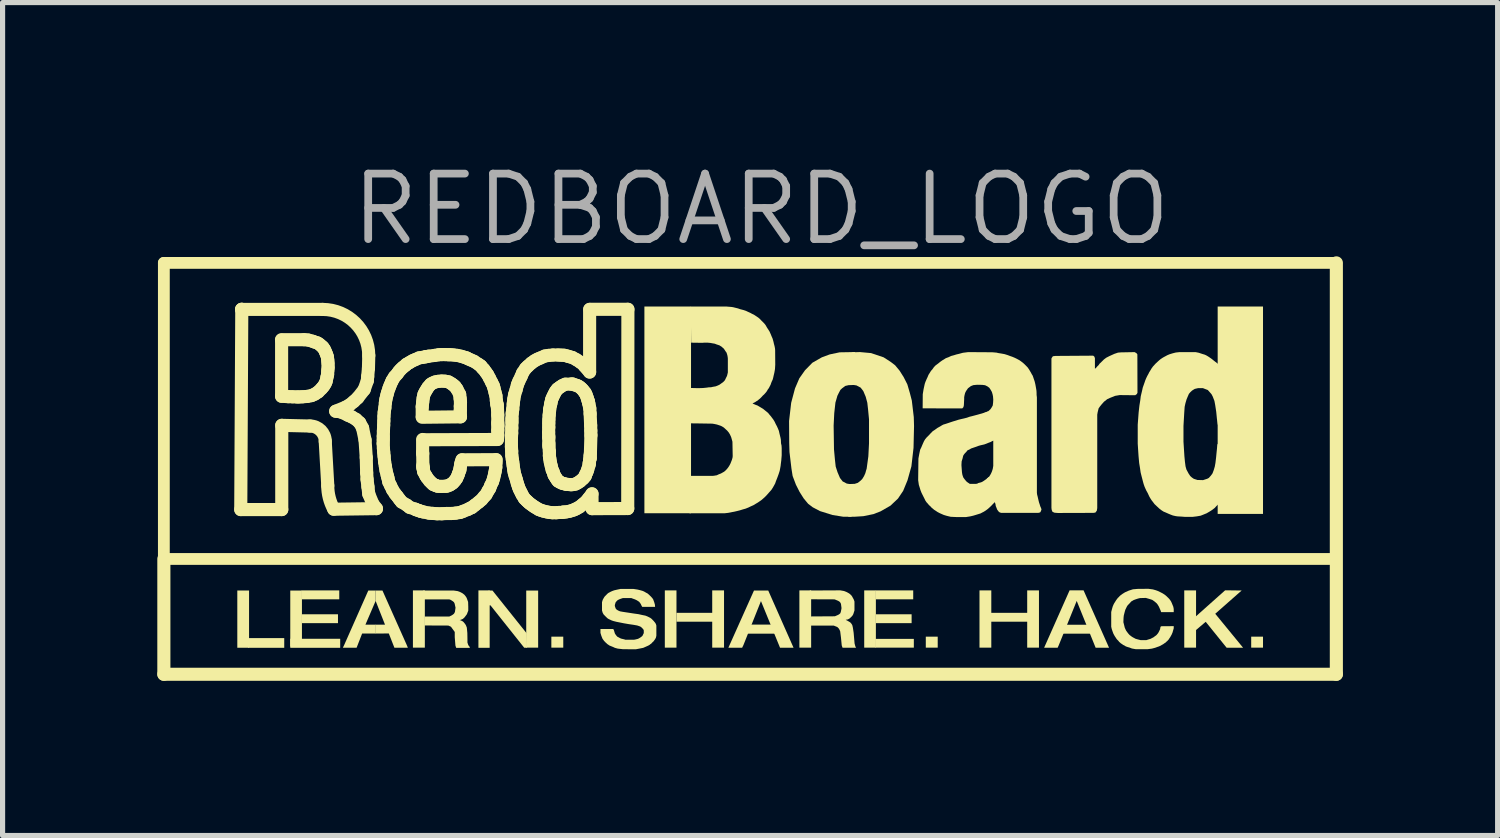
<source format=kicad_pcb>
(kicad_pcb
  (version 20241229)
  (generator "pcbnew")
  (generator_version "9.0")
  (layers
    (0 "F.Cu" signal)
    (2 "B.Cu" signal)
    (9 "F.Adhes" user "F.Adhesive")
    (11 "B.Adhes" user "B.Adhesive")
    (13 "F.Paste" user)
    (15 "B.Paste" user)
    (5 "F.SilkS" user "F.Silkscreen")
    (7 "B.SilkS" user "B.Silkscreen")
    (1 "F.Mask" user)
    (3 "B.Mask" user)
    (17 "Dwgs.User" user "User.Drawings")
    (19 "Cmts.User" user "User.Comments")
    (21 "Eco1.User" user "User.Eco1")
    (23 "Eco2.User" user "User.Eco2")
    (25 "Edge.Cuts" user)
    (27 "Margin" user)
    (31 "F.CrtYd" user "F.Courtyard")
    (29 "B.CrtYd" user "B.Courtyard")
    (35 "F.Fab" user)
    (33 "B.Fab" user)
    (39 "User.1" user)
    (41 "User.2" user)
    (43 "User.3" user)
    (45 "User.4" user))
  (footprint "REDBOARD_LOGO"
    (layer "F.Cu")
    (at 11.36 6.023)
    (property "Reference" "REDBOARD_LOGO" (at 0.349 -5.017 0) (layer "F.Fab") (effects (font (size 1.27 1.27) (thickness 0.15))))
    (fp_line (start -11.233 -3.976) (end 11.5 -3.976) (stroke (width 0.229) (type solid)) (layer "F.SilkS"))
    (fp_line (start -11.233 1.765) (end -11.233 -3.976) (stroke (width 0.229) (type solid)) (layer "F.SilkS"))
    (fp_line (start -11.233 1.765) (end 11.475 1.765) (stroke (width 0.229) (type solid)) (layer "F.SilkS"))
    (fp_line (start -11.233 4) (end -11.233 1.765) (stroke (width 0.254) (type solid)) (layer "F.SilkS"))
    (fp_line (start -9.742 0.807) (end -8.947 0.807) (stroke (width 0.254) (type solid)) (layer "F.SilkS"))
    (fp_line (start -9.722 -3.076) (end -9.742 0.807) (stroke (width 0.254) (type solid)) (layer "F.SilkS"))
    (fp_line (start -8.95 -2.477) (end -8.95 -1.39) (stroke (width 0.254) (type solid)) (layer "F.SilkS"))
    (fp_line (start -8.95 -1.39) (end -8.82 -1.382) (stroke (width 0.254) (type solid)) (layer "F.SilkS"))
    (fp_line (start -8.947 -0.826) (end -8.401 -0.813) (stroke (width 0.254) (type solid)) (layer "F.SilkS"))
    (fp_line (start -8.947 0.807) (end -8.947 -0.826) (stroke (width 0.254) (type solid)) (layer "F.SilkS"))
    (fp_line (start -8.82 -1.382) (end -8.739 -1.38) (stroke (width 0.254) (type solid)) (layer "F.SilkS"))
    (fp_line (start -8.739 -1.38) (end -8.655 -1.377) (stroke (width 0.254) (type solid)) (layer "F.SilkS"))
    (fp_line (start -8.655 -1.377) (end -8.609 -1.377) (stroke (width 0.254) (type solid)) (layer "F.SilkS"))
    (fp_line (start -8.609 -1.377) (end -8.543 -1.38) (stroke (width 0.254) (type solid)) (layer "F.SilkS"))
    (fp_line (start -8.543 -1.38) (end -8.452 -1.387) (stroke (width 0.254) (type solid)) (layer "F.SilkS"))
    (fp_line (start -8.513 -2.487) (end -8.952 -2.487) (stroke (width 0.254) (type solid)) (layer "F.SilkS"))
    (fp_line (start -8.452 -1.387) (end -8.37 -1.403) (stroke (width 0.254) (type solid)) (layer "F.SilkS"))
    (fp_line (start -8.434 -2.48) (end -8.513 -2.487) (stroke (width 0.254) (type solid)) (layer "F.SilkS"))
    (fp_line (start -8.37 -1.403) (end -8.307 -1.431) (stroke (width 0.254) (type solid)) (layer "F.SilkS"))
    (fp_line (start -8.35 -2.457) (end -8.434 -2.48) (stroke (width 0.254) (type solid)) (layer "F.SilkS"))
    (fp_line (start -8.309 -2.441) (end -8.35 -2.457) (stroke (width 0.254) (type solid)) (layer "F.SilkS"))
    (fp_line (start -8.307 -1.431) (end -8.241 -1.474) (stroke (width 0.254) (type solid)) (layer "F.SilkS"))
    (fp_line (start -8.254 -2.424) (end -8.309 -2.441) (stroke (width 0.254) (type solid)) (layer "F.SilkS"))
    (fp_line (start -8.241 -1.474) (end -8.175 -1.54) (stroke (width 0.254) (type solid)) (layer "F.SilkS"))
    (fp_line (start -8.215 -2.398) (end -8.254 -2.424) (stroke (width 0.254) (type solid)) (layer "F.SilkS"))
    (fp_line (start -8.175 -2.363) (end -8.215 -2.398) (stroke (width 0.254) (type solid)) (layer "F.SilkS"))
    (fp_line (start -8.175 -1.54) (end -8.137 -1.585) (stroke (width 0.254) (type solid)) (layer "F.SilkS"))
    (fp_line (start -8.155 -3.074) (end -9.724 -3.074) (stroke (width 0.254) (type solid)) (layer "F.SilkS"))
    (fp_line (start -8.149 -2.34) (end -8.175 -2.363) (stroke (width 0.254) (type solid)) (layer "F.SilkS"))
    (fp_line (start -8.137 -1.585) (end -8.106 -1.634) (stroke (width 0.254) (type solid)) (layer "F.SilkS"))
    (fp_line (start -8.121 -2.299) (end -8.149 -2.34) (stroke (width 0.254) (type solid)) (layer "F.SilkS"))
    (fp_line (start -8.106 -1.634) (end -8.086 -1.682) (stroke (width 0.254) (type solid)) (layer "F.SilkS"))
    (fp_line (start -8.104 -0.516) (end -8.055 0.342) (stroke (width 0.254) (type solid)) (layer "F.SilkS"))
    (fp_line (start -8.099 -2.251) (end -8.121 -2.299) (stroke (width 0.254) (type solid)) (layer "F.SilkS"))
    (fp_line (start -8.086 -1.682) (end -8.071 -1.758) (stroke (width 0.254) (type solid)) (layer "F.SilkS"))
    (fp_line (start -8.081 -2.208) (end -8.099 -2.251) (stroke (width 0.254) (type solid)) (layer "F.SilkS"))
    (fp_line (start -8.071 -1.758) (end -8.058 -1.814) (stroke (width 0.254) (type solid)) (layer "F.SilkS"))
    (fp_line (start -8.063 -2.157) (end -8.081 -2.208) (stroke (width 0.254) (type solid)) (layer "F.SilkS"))
    (fp_line (start -8.058 -1.814) (end -8.055 -1.883) (stroke (width 0.254) (type solid)) (layer "F.SilkS"))
    (fp_line (start -8.055 -2.091) (end -8.063 -2.157) (stroke (width 0.254) (type solid)) (layer "F.SilkS"))
    (fp_line (start -8.055 -1.883) (end -8.048 -1.946) (stroke (width 0.254) (type solid)) (layer "F.SilkS"))
    (fp_line (start -8.05 -2.027) (end -8.055 -2.091) (stroke (width 0.254) (type solid)) (layer "F.SilkS"))
    (fp_line (start -8.048 -1.946) (end -8.05 -2.027) (stroke (width 0.254) (type solid)) (layer "F.SilkS"))
    (fp_line (start -7.939 0.8) (end -7.111 0.789) (stroke (width 0.254) (type solid)) (layer "F.SilkS"))
    (fp_line (start -7.901 -1.1) (end -7.707 -1.179) (stroke (width 0.254) (type solid)) (layer "F.SilkS"))
    (fp_line (start -7.85 -1.095) (end -7.901 -1.1) (stroke (width 0.254) (type solid)) (layer "F.SilkS"))
    (fp_line (start -7.784 -1.08) (end -7.85 -1.095) (stroke (width 0.254) (type solid)) (layer "F.SilkS"))
    (fp_line (start -7.707 -1.179) (end -7.634 -1.22) (stroke (width 0.254) (type solid)) (layer "F.SilkS"))
    (fp_line (start -7.662 -1.022) (end -7.784 -1.08) (stroke (width 0.254) (type solid)) (layer "F.SilkS"))
    (fp_line (start -7.634 -1.22) (end -7.55 -1.288) (stroke (width 0.254) (type solid)) (layer "F.SilkS"))
    (fp_line (start -7.591 -0.991) (end -7.662 -1.022) (stroke (width 0.254) (type solid)) (layer "F.SilkS"))
    (fp_line (start -7.55 -1.288) (end -7.474 -1.359) (stroke (width 0.254) (type solid)) (layer "F.SilkS"))
    (fp_line (start -7.509 -0.943) (end -7.591 -0.991) (stroke (width 0.254) (type solid)) (layer "F.SilkS"))
    (fp_line (start -7.474 -1.359) (end -7.349 -1.519) (stroke (width 0.254) (type solid)) (layer "F.SilkS"))
    (fp_line (start -7.436 -0.877) (end -7.509 -0.943) (stroke (width 0.254) (type solid)) (layer "F.SilkS"))
    (fp_line (start -7.38 -0.773) (end -7.436 -0.877) (stroke (width 0.254) (type solid)) (layer "F.SilkS"))
    (fp_line (start -7.349 -1.519) (end -7.288 -1.692) (stroke (width 0.254) (type solid)) (layer "F.SilkS"))
    (fp_line (start -7.332 -0.542) (end -7.38 -0.773) (stroke (width 0.254) (type solid)) (layer "F.SilkS"))
    (fp_line (start -7.309 -0.201) (end -7.332 -0.542) (stroke (width 0.254) (type solid)) (layer "F.SilkS"))
    (fp_line (start -7.301 0.091) (end -7.309 -0.201) (stroke (width 0.254) (type solid)) (layer "F.SilkS"))
    (fp_line (start -7.293 0.223) (end -7.301 0.091) (stroke (width 0.254) (type solid)) (layer "F.SilkS"))
    (fp_line (start -7.288 -1.692) (end -7.281 -1.771) (stroke (width 0.254) (type solid)) (layer "F.SilkS"))
    (fp_line (start -7.281 -1.771) (end -7.266 -1.936) (stroke (width 0.254) (type solid)) (layer "F.SilkS"))
    (fp_line (start -7.276 0.365) (end -7.293 0.223) (stroke (width 0.254) (type solid)) (layer "F.SilkS"))
    (fp_line (start -7.266 -1.936) (end -7.26 -2.18) (stroke (width 0.254) (type solid)) (layer "F.SilkS"))
    (fp_line (start -7.26 0.505) (end -7.276 0.365) (stroke (width 0.254) (type solid)) (layer "F.SilkS"))
    (fp_line (start -7.194 0.665) (end -7.26 0.505) (stroke (width 0.254) (type solid)) (layer "F.SilkS"))
    (fp_line (start -7.111 0.789) (end -7.189 0.685) (stroke (width 0.254) (type solid)) (layer "F.SilkS"))
    (fp_line (start -6.981 -0.475) (end -6.976 -0.379) (stroke (width 0.254) (type solid)) (layer "F.SilkS"))
    (fp_line (start -6.979 -0.615) (end -6.979 -0.547) (stroke (width 0.254) (type solid)) (layer "F.SilkS"))
    (fp_line (start -6.979 -0.547) (end -6.981 -0.475) (stroke (width 0.254) (type solid)) (layer "F.SilkS"))
    (fp_line (start -6.976 -0.717) (end -6.979 -0.615) (stroke (width 0.254) (type solid)) (layer "F.SilkS"))
    (fp_line (start -6.976 -0.379) (end -6.971 -0.308) (stroke (width 0.254) (type solid)) (layer "F.SilkS"))
    (fp_line (start -6.971 -0.829) (end -6.976 -0.717) (stroke (width 0.254) (type solid)) (layer "F.SilkS"))
    (fp_line (start -6.971 -0.308) (end -6.963 -0.229) (stroke (width 0.254) (type solid)) (layer "F.SilkS"))
    (fp_line (start -6.968 -0.912) (end -6.971 -0.829) (stroke (width 0.254) (type solid)) (layer "F.SilkS"))
    (fp_line (start -6.966 -1.001) (end -6.968 -0.912) (stroke (width 0.254) (type solid)) (layer "F.SilkS"))
    (fp_line (start -6.963 -0.229) (end -6.953 -0.12) (stroke (width 0.254) (type solid)) (layer "F.SilkS"))
    (fp_line (start -6.961 -1.08) (end -6.966 -1.001) (stroke (width 0.254) (type solid)) (layer "F.SilkS"))
    (fp_line (start -6.953 -0.12) (end -6.938 -0.031) (stroke (width 0.254) (type solid)) (layer "F.SilkS"))
    (fp_line (start -6.948 -1.166) (end -6.961 -1.08) (stroke (width 0.254) (type solid)) (layer "F.SilkS"))
    (fp_line (start -6.938 -1.265) (end -6.948 -1.166) (stroke (width 0.254) (type solid)) (layer "F.SilkS"))
    (fp_line (start -6.938 -0.031) (end -6.925 0.05) (stroke (width 0.254) (type solid)) (layer "F.SilkS"))
    (fp_line (start -6.928 -1.331) (end -6.938 -1.265) (stroke (width 0.254) (type solid)) (layer "F.SilkS"))
    (fp_line (start -6.925 0.05) (end -6.902 0.144) (stroke (width 0.254) (type solid)) (layer "F.SilkS"))
    (fp_line (start -6.91 -1.408) (end -6.928 -1.331) (stroke (width 0.254) (type solid)) (layer "F.SilkS"))
    (fp_line (start -6.902 0.144) (end -6.887 0.198) (stroke (width 0.254) (type solid)) (layer "F.SilkS"))
    (fp_line (start -6.897 -1.456) (end -6.91 -1.408) (stroke (width 0.254) (type solid)) (layer "F.SilkS"))
    (fp_line (start -6.887 0.198) (end -6.872 0.271) (stroke (width 0.254) (type solid)) (layer "F.SilkS"))
    (fp_line (start -6.872 0.271) (end -6.836 0.345) (stroke (width 0.254) (type solid)) (layer "F.SilkS"))
    (fp_line (start -6.869 -1.542) (end -6.897 -1.456) (stroke (width 0.254) (type solid)) (layer "F.SilkS"))
    (fp_line (start -6.846 -1.603) (end -6.869 -1.542) (stroke (width 0.254) (type solid)) (layer "F.SilkS"))
    (fp_line (start -6.836 0.345) (end -6.798 0.424) (stroke (width 0.254) (type solid)) (layer "F.SilkS"))
    (fp_line (start -6.816 -1.672) (end -6.846 -1.603) (stroke (width 0.254) (type solid)) (layer "F.SilkS"))
    (fp_line (start -6.801 -1.702) (end -6.816 -1.672) (stroke (width 0.254) (type solid)) (layer "F.SilkS"))
    (fp_line (start -6.798 0.424) (end -6.747 0.502) (stroke (width 0.254) (type solid)) (layer "F.SilkS"))
    (fp_line (start -6.76 -1.768) (end -6.801 -1.702) (stroke (width 0.254) (type solid)) (layer "F.SilkS"))
    (fp_line (start -6.747 0.502) (end -6.709 0.548) (stroke (width 0.254) (type solid)) (layer "F.SilkS"))
    (fp_line (start -6.709 -1.824) (end -6.76 -1.768) (stroke (width 0.254) (type solid)) (layer "F.SilkS"))
    (fp_line (start -6.709 0.548) (end -6.664 0.609) (stroke (width 0.254) (type solid)) (layer "F.SilkS"))
    (fp_line (start -6.679 -1.867) (end -6.709 -1.824) (stroke (width 0.254) (type solid)) (layer "F.SilkS"))
    (fp_line (start -6.664 0.609) (end -6.623 0.66) (stroke (width 0.254) (type solid)) (layer "F.SilkS"))
    (fp_line (start -6.643 -1.908) (end -6.679 -1.867) (stroke (width 0.254) (type solid)) (layer "F.SilkS"))
    (fp_line (start -6.623 0.66) (end -6.521 0.721) (stroke (width 0.254) (type solid)) (layer "F.SilkS"))
    (fp_line (start -6.6 -1.949) (end -6.643 -1.908) (stroke (width 0.254) (type solid)) (layer "F.SilkS"))
    (fp_line (start -6.549 -1.989) (end -6.6 -1.949) (stroke (width 0.254) (type solid)) (layer "F.SilkS"))
    (fp_line (start -6.529 -2.01) (end -6.549 -1.989) (stroke (width 0.254) (type solid)) (layer "F.SilkS"))
    (fp_line (start -6.521 0.721) (end -6.468 0.764) (stroke (width 0.254) (type solid)) (layer "F.SilkS"))
    (fp_line (start -6.471 -2.043) (end -6.529 -2.01) (stroke (width 0.254) (type solid)) (layer "F.SilkS"))
    (fp_line (start -6.468 0.764) (end -6.364 0.797) (stroke (width 0.254) (type solid)) (layer "F.SilkS"))
    (fp_line (start -6.412 -2.078) (end -6.471 -2.043) (stroke (width 0.254) (type solid)) (layer "F.SilkS"))
    (fp_line (start -6.364 0.797) (end -6.343 0.81) (stroke (width 0.254) (type solid)) (layer "F.SilkS"))
    (fp_line (start -6.359 -2.101) (end -6.412 -2.078) (stroke (width 0.254) (type solid)) (layer "F.SilkS"))
    (fp_line (start -6.343 0.81) (end -6.316 0.817) (stroke (width 0.254) (type solid)) (layer "F.SilkS"))
    (fp_line (start -6.316 0.817) (end -6.27 0.833) (stroke (width 0.254) (type solid)) (layer "F.SilkS"))
    (fp_line (start -6.285 -2.134) (end -6.359 -2.101) (stroke (width 0.254) (type solid)) (layer "F.SilkS"))
    (fp_line (start -6.27 0.833) (end -6.26 0.838) (stroke (width 0.254) (type solid)) (layer "F.SilkS"))
    (fp_line (start -6.26 0.838) (end -6.204 0.853) (stroke (width 0.254) (type solid)) (layer "F.SilkS"))
    (fp_line (start -6.224 -1.189) (end -6.224 -0.999) (stroke (width 0.254) (type solid)) (layer "F.SilkS"))
    (fp_line (start -6.224 -0.983) (end -5.482 -0.991) (stroke (width 0.254) (type solid)) (layer "F.SilkS"))
    (fp_line (start -6.217 -2.144) (end -6.285 -2.134) (stroke (width 0.254) (type solid)) (layer "F.SilkS"))
    (fp_line (start -6.216 -0.298) (end -6.216 -0.552) (stroke (width 0.254) (type solid)) (layer "F.SilkS"))
    (fp_line (start -6.214 -1.281) (end -6.224 -1.189) (stroke (width 0.254) (type solid)) (layer "F.SilkS"))
    (fp_line (start -6.214 -0.275) (end -6.216 -0.298) (stroke (width 0.254) (type solid)) (layer "F.SilkS"))
    (fp_line (start -6.211 -0.021) (end -6.199 0.027) (stroke (width 0.254) (type solid)) (layer "F.SilkS"))
    (fp_line (start -6.211 -0.056) (end -6.214 -0.275) (stroke (width 0.254) (type solid)) (layer "F.SilkS"))
    (fp_line (start -6.206 -1.352) (end -6.214 -1.281) (stroke (width 0.254) (type solid)) (layer "F.SilkS"))
    (fp_line (start -6.206 0.015) (end -6.211 -0.021) (stroke (width 0.254) (type solid)) (layer "F.SilkS"))
    (fp_line (start -6.204 -0.547) (end -4.766 -0.552) (stroke (width 0.254) (type solid)) (layer "F.SilkS"))
    (fp_line (start -6.204 0.853) (end -6.09 0.876) (stroke (width 0.254) (type solid)) (layer "F.SilkS"))
    (fp_line (start -6.199 0.027) (end -6.211 -0.056) (stroke (width 0.254) (type solid)) (layer "F.SilkS"))
    (fp_line (start -6.196 0.073) (end -6.206 0.015) (stroke (width 0.254) (type solid)) (layer "F.SilkS"))
    (fp_line (start -6.191 -1.423) (end -6.206 -1.352) (stroke (width 0.254) (type solid)) (layer "F.SilkS"))
    (fp_line (start -6.168 -1.471) (end -6.191 -1.423) (stroke (width 0.254) (type solid)) (layer "F.SilkS"))
    (fp_line (start -6.156 0.147) (end -6.196 0.073) (stroke (width 0.254) (type solid)) (layer "F.SilkS"))
    (fp_line (start -6.15 -2.159) (end -6.217 -2.144) (stroke (width 0.254) (type solid)) (layer "F.SilkS"))
    (fp_line (start -6.15 -2.157) (end -6.15 -2.159) (stroke (width 0.254) (type solid)) (layer "F.SilkS"))
    (fp_line (start -6.143 -1.512) (end -6.168 -1.471) (stroke (width 0.254) (type solid)) (layer "F.SilkS"))
    (fp_line (start -6.133 0.185) (end -6.156 0.147) (stroke (width 0.254) (type solid)) (layer "F.SilkS"))
    (fp_line (start -6.112 -1.563) (end -6.143 -1.512) (stroke (width 0.254) (type solid)) (layer "F.SilkS"))
    (fp_line (start -6.1 -2.167) (end -6.15 -2.157) (stroke (width 0.254) (type solid)) (layer "F.SilkS"))
    (fp_line (start -6.09 0.876) (end -6.023 0.881) (stroke (width 0.254) (type solid)) (layer "F.SilkS"))
    (fp_line (start -6.082 0.251) (end -6.133 0.185) (stroke (width 0.254) (type solid)) (layer "F.SilkS"))
    (fp_line (start -6.062 -1.621) (end -6.112 -1.563) (stroke (width 0.254) (type solid)) (layer "F.SilkS"))
    (fp_line (start -6.044 0.289) (end -6.082 0.251) (stroke (width 0.254) (type solid)) (layer "F.SilkS"))
    (fp_line (start -6.026 -1.644) (end -6.062 -1.621) (stroke (width 0.254) (type solid)) (layer "F.SilkS"))
    (fp_line (start -6.023 0.881) (end -5.937 0.888) (stroke (width 0.254) (type solid)) (layer "F.SilkS"))
    (fp_line (start -6.011 0.32) (end -6.044 0.289) (stroke (width 0.254) (type solid)) (layer "F.SilkS"))
    (fp_line (start -5.983 -2.182) (end -6.1 -2.167) (stroke (width 0.254) (type solid)) (layer "F.SilkS"))
    (fp_line (start -5.978 0.332) (end -6.011 0.32) (stroke (width 0.254) (type solid)) (layer "F.SilkS"))
    (fp_line (start -5.973 -1.667) (end -6.026 -1.644) (stroke (width 0.254) (type solid)) (layer "F.SilkS"))
    (fp_line (start -5.957 0.342) (end -5.978 0.332) (stroke (width 0.254) (type solid)) (layer "F.SilkS"))
    (fp_line (start -5.937 0.888) (end -5.841 0.888) (stroke (width 0.254) (type solid)) (layer "F.SilkS"))
    (fp_line (start -5.922 0.355) (end -5.957 0.342) (stroke (width 0.254) (type solid)) (layer "F.SilkS"))
    (fp_line (start -5.914 -1.679) (end -5.973 -1.667) (stroke (width 0.254) (type solid)) (layer "F.SilkS"))
    (fp_line (start -5.904 -2.195) (end -5.983 -2.182) (stroke (width 0.254) (type solid)) (layer "F.SilkS"))
    (fp_line (start -5.856 0.358) (end -5.922 0.355) (stroke (width 0.254) (type solid)) (layer "F.SilkS"))
    (fp_line (start -5.848 -1.685) (end -5.914 -1.679) (stroke (width 0.254) (type solid)) (layer "F.SilkS"))
    (fp_line (start -5.841 -2.198) (end -5.904 -2.195) (stroke (width 0.254) (type solid)) (layer "F.SilkS"))
    (fp_line (start -5.841 0.888) (end -5.754 0.883) (stroke (width 0.254) (type solid)) (layer "F.SilkS"))
    (fp_line (start -5.782 -1.682) (end -5.848 -1.685) (stroke (width 0.254) (type solid)) (layer "F.SilkS"))
    (fp_line (start -5.782 0.355) (end -5.856 0.358) (stroke (width 0.254) (type solid)) (layer "F.SilkS"))
    (fp_line (start -5.777 -2.198) (end -5.841 -2.198) (stroke (width 0.254) (type solid)) (layer "F.SilkS"))
    (fp_line (start -5.754 0.883) (end -5.653 0.883) (stroke (width 0.254) (type solid)) (layer "F.SilkS"))
    (fp_line (start -5.747 0.353) (end -5.782 0.355) (stroke (width 0.254) (type solid)) (layer "F.SilkS"))
    (fp_line (start -5.716 -2.195) (end -5.777 -2.198) (stroke (width 0.254) (type solid)) (layer "F.SilkS"))
    (fp_line (start -5.714 -1.669) (end -5.782 -1.682) (stroke (width 0.254) (type solid)) (layer "F.SilkS"))
    (fp_line (start -5.691 0.332) (end -5.747 0.353) (stroke (width 0.254) (type solid)) (layer "F.SilkS"))
    (fp_line (start -5.675 -2.195) (end -5.716 -2.195) (stroke (width 0.254) (type solid)) (layer "F.SilkS"))
    (fp_line (start -5.66 0.312) (end -5.691 0.332) (stroke (width 0.254) (type solid)) (layer "F.SilkS"))
    (fp_line (start -5.655 -1.634) (end -5.714 -1.669) (stroke (width 0.254) (type solid)) (layer "F.SilkS"))
    (fp_line (start -5.653 0.883) (end -5.576 0.876) (stroke (width 0.254) (type solid)) (layer "F.SilkS"))
    (fp_line (start -5.627 0.289) (end -5.66 0.312) (stroke (width 0.254) (type solid)) (layer "F.SilkS"))
    (fp_line (start -5.62 -1.608) (end -5.655 -1.634) (stroke (width 0.254) (type solid)) (layer "F.SilkS"))
    (fp_line (start -5.612 -2.19) (end -5.675 -2.195) (stroke (width 0.254) (type solid)) (layer "F.SilkS"))
    (fp_line (start -5.589 0.246) (end -5.627 0.289) (stroke (width 0.254) (type solid)) (layer "F.SilkS"))
    (fp_line (start -5.587 -1.58) (end -5.62 -1.608) (stroke (width 0.254) (type solid)) (layer "F.SilkS"))
    (fp_line (start -5.576 0.876) (end -5.49 0.863) (stroke (width 0.254) (type solid)) (layer "F.SilkS"))
    (fp_line (start -5.556 0.2) (end -5.589 0.246) (stroke (width 0.254) (type solid)) (layer "F.SilkS"))
    (fp_line (start -5.551 -1.53) (end -5.587 -1.58) (stroke (width 0.254) (type solid)) (layer "F.SilkS"))
    (fp_line (start -5.543 -2.182) (end -5.612 -2.19) (stroke (width 0.254) (type solid)) (layer "F.SilkS"))
    (fp_line (start -5.531 0.142) (end -5.556 0.2) (stroke (width 0.254) (type solid)) (layer "F.SilkS"))
    (fp_line (start -5.521 0.111) (end -5.531 0.142) (stroke (width 0.254) (type solid)) (layer "F.SilkS"))
    (fp_line (start -5.498 -1.428) (end -5.551 -1.53) (stroke (width 0.254) (type solid)) (layer "F.SilkS"))
    (fp_line (start -5.495 0.045) (end -5.521 0.111) (stroke (width 0.254) (type solid)) (layer "F.SilkS"))
    (fp_line (start -5.49 0.007) (end -5.495 0.045) (stroke (width 0.254) (type solid)) (layer "F.SilkS"))
    (fp_line (start -5.49 0.863) (end -5.429 0.84) (stroke (width 0.254) (type solid)) (layer "F.SilkS"))
    (fp_line (start -5.488 -1.344) (end -5.498 -1.428) (stroke (width 0.254) (type solid)) (layer "F.SilkS"))
    (fp_line (start -5.485 -1.197) (end -5.482 -1.273) (stroke (width 0.254) (type solid)) (layer "F.SilkS"))
    (fp_line (start -5.485 -1.123) (end -5.485 -1.197) (stroke (width 0.254) (type solid)) (layer "F.SilkS"))
    (fp_line (start -5.482 -1.273) (end -5.488 -1.344) (stroke (width 0.254) (type solid)) (layer "F.SilkS"))
    (fp_line (start -5.482 -0.991) (end -5.485 -1.123) (stroke (width 0.254) (type solid)) (layer "F.SilkS"))
    (fp_line (start -5.48 -0.056) (end -5.49 0.007) (stroke (width 0.254) (type solid)) (layer "F.SilkS"))
    (fp_line (start -5.47 -0.102) (end -5.48 -0.056) (stroke (width 0.254) (type solid)) (layer "F.SilkS"))
    (fp_line (start -5.467 -2.165) (end -5.543 -2.182) (stroke (width 0.254) (type solid)) (layer "F.SilkS"))
    (fp_line (start -5.452 -0.158) (end -5.47 -0.102) (stroke (width 0.254) (type solid)) (layer "F.SilkS"))
    (fp_line (start -5.429 0.84) (end -5.34 0.805) (stroke (width 0.254) (type solid)) (layer "F.SilkS"))
    (fp_line (start -5.409 -2.147) (end -5.467 -2.165) (stroke (width 0.254) (type solid)) (layer "F.SilkS"))
    (fp_line (start -5.363 -2.134) (end -5.409 -2.147) (stroke (width 0.254) (type solid)) (layer "F.SilkS"))
    (fp_line (start -5.34 0.805) (end -5.292 0.779) (stroke (width 0.254) (type solid)) (layer "F.SilkS"))
    (fp_line (start -5.333 -2.116) (end -5.363 -2.134) (stroke (width 0.254) (type solid)) (layer "F.SilkS"))
    (fp_line (start -5.292 0.779) (end -5.261 0.767) (stroke (width 0.254) (type solid)) (layer "F.SilkS"))
    (fp_line (start -5.279 -2.093) (end -5.333 -2.116) (stroke (width 0.254) (type solid)) (layer "F.SilkS"))
    (fp_line (start -5.261 0.767) (end -5.203 0.721) (stroke (width 0.254) (type solid)) (layer "F.SilkS"))
    (fp_line (start -5.221 -2.068) (end -5.279 -2.093) (stroke (width 0.254) (type solid)) (layer "F.SilkS"))
    (fp_line (start -5.203 0.721) (end -5.127 0.662) (stroke (width 0.254) (type solid)) (layer "F.SilkS"))
    (fp_line (start -5.132 -2.01) (end -5.221 -2.068) (stroke (width 0.254) (type solid)) (layer "F.SilkS"))
    (fp_line (start -5.127 0.662) (end -5.071 0.614) (stroke (width 0.254) (type solid)) (layer "F.SilkS"))
    (fp_line (start -5.094 -1.982) (end -5.132 -2.01) (stroke (width 0.254) (type solid)) (layer "F.SilkS"))
    (fp_line (start -5.084 -1.974) (end -5.094 -1.982) (stroke (width 0.254) (type solid)) (layer "F.SilkS"))
    (fp_line (start -5.071 0.614) (end -5.023 0.556) (stroke (width 0.254) (type solid)) (layer "F.SilkS"))
    (fp_line (start -5.056 -1.936) (end -5.084 -1.974) (stroke (width 0.254) (type solid)) (layer "F.SilkS"))
    (fp_line (start -5.03 -1.913) (end -5.056 -1.936) (stroke (width 0.254) (type solid)) (layer "F.SilkS"))
    (fp_line (start -5.023 0.556) (end -4.987 0.518) (stroke (width 0.254) (type solid)) (layer "F.SilkS"))
    (fp_line (start -4.992 -1.86) (end -5.03 -1.913) (stroke (width 0.254) (type solid)) (layer "F.SilkS"))
    (fp_line (start -4.987 0.518) (end -4.947 0.444) (stroke (width 0.254) (type solid)) (layer "F.SilkS"))
    (fp_line (start -4.957 -1.812) (end -4.992 -1.86) (stroke (width 0.254) (type solid)) (layer "F.SilkS"))
    (fp_line (start -4.947 0.444) (end -4.916 0.396) (stroke (width 0.254) (type solid)) (layer "F.SilkS"))
    (fp_line (start -4.921 -1.745) (end -4.957 -1.812) (stroke (width 0.254) (type solid)) (layer "F.SilkS"))
    (fp_line (start -4.916 0.396) (end -4.896 0.34) (stroke (width 0.254) (type solid)) (layer "F.SilkS"))
    (fp_line (start -4.896 0.34) (end -4.86 0.266) (stroke (width 0.254) (type solid)) (layer "F.SilkS"))
    (fp_line (start -4.88 -1.664) (end -4.921 -1.745) (stroke (width 0.254) (type solid)) (layer "F.SilkS"))
    (fp_line (start -4.86 0.266) (end -4.84 0.2) (stroke (width 0.254) (type solid)) (layer "F.SilkS"))
    (fp_line (start -4.847 -1.598) (end -4.88 -1.664) (stroke (width 0.254) (type solid)) (layer "F.SilkS"))
    (fp_line (start -4.84 0.2) (end -4.822 0.124) (stroke (width 0.254) (type solid)) (layer "F.SilkS"))
    (fp_line (start -4.832 -1.547) (end -4.847 -1.598) (stroke (width 0.254) (type solid)) (layer "F.SilkS"))
    (fp_line (start -4.822 0.124) (end -4.809 0.063) (stroke (width 0.254) (type solid)) (layer "F.SilkS"))
    (fp_line (start -4.812 -1.464) (end -4.832 -1.547) (stroke (width 0.254) (type solid)) (layer "F.SilkS"))
    (fp_line (start -4.809 0.063) (end -4.797 -0.013) (stroke (width 0.254) (type solid)) (layer "F.SilkS"))
    (fp_line (start -4.797 -0.013) (end -4.794 -0.102) (stroke (width 0.254) (type solid)) (layer "F.SilkS"))
    (fp_line (start -4.794 -1.397) (end -4.812 -1.464) (stroke (width 0.254) (type solid)) (layer "F.SilkS"))
    (fp_line (start -4.794 -0.102) (end -4.792 -0.161) (stroke (width 0.254) (type solid)) (layer "F.SilkS"))
    (fp_line (start -4.792 -0.161) (end -5.452 -0.158) (stroke (width 0.254) (type solid)) (layer "F.SilkS"))
    (fp_line (start -4.786 -1.304) (end -4.794 -1.397) (stroke (width 0.254) (type solid)) (layer "F.SilkS"))
    (fp_line (start -4.776 -1.232) (end -4.771 -1.23) (stroke (width 0.254) (type solid)) (layer "F.SilkS"))
    (fp_line (start -4.771 -1.23) (end -4.786 -1.304) (stroke (width 0.254) (type solid)) (layer "F.SilkS"))
    (fp_line (start -4.766 -0.552) (end -4.759 -0.633) (stroke (width 0.254) (type solid)) (layer "F.SilkS"))
    (fp_line (start -4.766 -1.177) (end -4.776 -1.232) (stroke (width 0.254) (type solid)) (layer "F.SilkS"))
    (fp_line (start -4.759 -1.027) (end -4.766 -1.177) (stroke (width 0.254) (type solid)) (layer "F.SilkS"))
    (fp_line (start -4.759 -0.874) (end -4.759 -1.027) (stroke (width 0.254) (type solid)) (layer "F.SilkS"))
    (fp_line (start -4.759 -0.732) (end -4.756 -0.818) (stroke (width 0.254) (type solid)) (layer "F.SilkS"))
    (fp_line (start -4.759 -0.633) (end -4.759 -0.732) (stroke (width 0.254) (type solid)) (layer "F.SilkS"))
    (fp_line (start -4.756 -0.818) (end -4.759 -0.874) (stroke (width 0.254) (type solid)) (layer "F.SilkS"))
    (fp_line (start -4.494 -0.585) (end -4.489 -0.674) (stroke (width 0.254) (type solid)) (layer "F.SilkS"))
    (fp_line (start -4.494 -0.412) (end -4.494 -0.585) (stroke (width 0.254) (type solid)) (layer "F.SilkS"))
    (fp_line (start -4.489 -0.674) (end -4.487 -0.775) (stroke (width 0.254) (type solid)) (layer "F.SilkS"))
    (fp_line (start -4.489 -0.326) (end -4.494 -0.412) (stroke (width 0.254) (type solid)) (layer "F.SilkS"))
    (fp_line (start -4.487 -0.775) (end -4.484 -0.889) (stroke (width 0.254) (type solid)) (layer "F.SilkS"))
    (fp_line (start -4.487 -0.242) (end -4.489 -0.326) (stroke (width 0.254) (type solid)) (layer "F.SilkS"))
    (fp_line (start -4.484 -0.956) (end -4.479 -1.062) (stroke (width 0.254) (type solid)) (layer "F.SilkS"))
    (fp_line (start -4.484 -0.889) (end -4.484 -0.956) (stroke (width 0.254) (type solid)) (layer "F.SilkS"))
    (fp_line (start -4.479 -1.062) (end -4.469 -1.136) (stroke (width 0.254) (type solid)) (layer "F.SilkS"))
    (fp_line (start -4.477 -0.168) (end -4.487 -0.242) (stroke (width 0.254) (type solid)) (layer "F.SilkS"))
    (fp_line (start -4.469 -1.136) (end -4.459 -1.243) (stroke (width 0.254) (type solid)) (layer "F.SilkS"))
    (fp_line (start -4.469 -0.117) (end -4.477 -0.168) (stroke (width 0.254) (type solid)) (layer "F.SilkS"))
    (fp_line (start -4.461 -0.051) (end -4.469 -0.117) (stroke (width 0.254) (type solid)) (layer "F.SilkS"))
    (fp_line (start -4.459 -1.243) (end -4.449 -1.331) (stroke (width 0.254) (type solid)) (layer "F.SilkS"))
    (fp_line (start -4.449 0.035) (end -4.461 -0.051) (stroke (width 0.254) (type solid)) (layer "F.SilkS"))
    (fp_line (start -4.449 -1.331) (end -4.433 -1.42) (stroke (width 0.254) (type solid)) (layer "F.SilkS"))
    (fp_line (start -4.439 0.093) (end -4.449 0.035) (stroke (width 0.254) (type solid)) (layer "F.SilkS"))
    (fp_line (start -4.433 -1.42) (end -4.403 -1.517) (stroke (width 0.254) (type solid)) (layer "F.SilkS"))
    (fp_line (start -4.421 0.157) (end -4.439 0.093) (stroke (width 0.254) (type solid)) (layer "F.SilkS"))
    (fp_line (start -4.403 -1.517) (end -4.378 -1.613) (stroke (width 0.254) (type solid)) (layer "F.SilkS"))
    (fp_line (start -4.398 0.228) (end -4.421 0.157) (stroke (width 0.254) (type solid)) (layer "F.SilkS"))
    (fp_line (start -4.38 0.297) (end -4.398 0.228) (stroke (width 0.254) (type solid)) (layer "F.SilkS"))
    (fp_line (start -4.378 -1.613) (end -4.35 -1.682) (stroke (width 0.254) (type solid)) (layer "F.SilkS"))
    (fp_line (start -4.36 0.358) (end -4.38 0.297) (stroke (width 0.254) (type solid)) (layer "F.SilkS"))
    (fp_line (start -4.35 -1.682) (end -4.306 -1.773) (stroke (width 0.254) (type solid)) (layer "F.SilkS"))
    (fp_line (start -4.342 0.408) (end -4.36 0.358) (stroke (width 0.254) (type solid)) (layer "F.SilkS"))
    (fp_line (start -4.311 0.469) (end -4.342 0.408) (stroke (width 0.254) (type solid)) (layer "F.SilkS"))
    (fp_line (start -4.306 -1.773) (end -4.276 -1.845) (stroke (width 0.254) (type solid)) (layer "F.SilkS"))
    (fp_line (start -4.286 0.52) (end -4.311 0.469) (stroke (width 0.254) (type solid)) (layer "F.SilkS"))
    (fp_line (start -4.276 -1.845) (end -4.218 -1.931) (stroke (width 0.254) (type solid)) (layer "F.SilkS"))
    (fp_line (start -4.243 0.591) (end -4.286 0.52) (stroke (width 0.254) (type solid)) (layer "F.SilkS"))
    (fp_line (start -4.218 -1.931) (end -4.174 -1.974) (stroke (width 0.254) (type solid)) (layer "F.SilkS"))
    (fp_line (start -4.207 0.627) (end -4.243 0.591) (stroke (width 0.254) (type solid)) (layer "F.SilkS"))
    (fp_line (start -4.177 0.655) (end -4.207 0.627) (stroke (width 0.254) (type solid)) (layer "F.SilkS"))
    (fp_line (start -4.174 -1.974) (end -4.108 -2.033) (stroke (width 0.254) (type solid)) (layer "F.SilkS"))
    (fp_line (start -4.144 0.685) (end -4.177 0.655) (stroke (width 0.254) (type solid)) (layer "F.SilkS"))
    (fp_line (start -4.108 -2.033) (end -4.045 -2.078) (stroke (width 0.254) (type solid)) (layer "F.SilkS"))
    (fp_line (start -4.101 0.716) (end -4.144 0.685) (stroke (width 0.254) (type solid)) (layer "F.SilkS"))
    (fp_line (start -4.06 0.746) (end -4.101 0.716) (stroke (width 0.254) (type solid)) (layer "F.SilkS"))
    (fp_line (start -4.045 -2.078) (end -3.989 -2.109) (stroke (width 0.254) (type solid)) (layer "F.SilkS"))
    (fp_line (start -4.014 0.774) (end -4.06 0.746) (stroke (width 0.254) (type solid)) (layer "F.SilkS"))
    (fp_line (start -3.989 -2.109) (end -3.933 -2.132) (stroke (width 0.254) (type solid)) (layer "F.SilkS"))
    (fp_line (start -3.964 0.805) (end -4.014 0.774) (stroke (width 0.254) (type solid)) (layer "F.SilkS"))
    (fp_line (start -3.933 -2.132) (end -3.847 -2.17) (stroke (width 0.254) (type solid)) (layer "F.SilkS"))
    (fp_line (start -3.925 0.82) (end -3.964 0.805) (stroke (width 0.254) (type solid)) (layer "F.SilkS"))
    (fp_line (start -3.87 0.838) (end -3.925 0.82) (stroke (width 0.254) (type solid)) (layer "F.SilkS"))
    (fp_line (start -3.847 -2.17) (end -3.773 -2.182) (stroke (width 0.254) (type solid)) (layer "F.SilkS"))
    (fp_line (start -3.804 0.853) (end -3.87 0.838) (stroke (width 0.254) (type solid)) (layer "F.SilkS"))
    (fp_line (start -3.773 -2.182) (end -3.689 -2.19) (stroke (width 0.254) (type solid)) (layer "F.SilkS"))
    (fp_line (start -3.773 -0.691) (end -3.77 -0.615) (stroke (width 0.254) (type solid)) (layer "F.SilkS"))
    (fp_line (start -3.77 -0.79) (end -3.773 -0.691) (stroke (width 0.254) (type solid)) (layer "F.SilkS"))
    (fp_line (start -3.77 -0.869) (end -3.77 -0.79) (stroke (width 0.254) (type solid)) (layer "F.SilkS"))
    (fp_line (start -3.77 -0.58) (end -3.768 -0.473) (stroke (width 0.254) (type solid)) (layer "F.SilkS"))
    (fp_line (start -3.77 -0.615) (end -3.77 -0.58) (stroke (width 0.254) (type solid)) (layer "F.SilkS"))
    (fp_line (start -3.768 -0.938) (end -3.77 -0.869) (stroke (width 0.254) (type solid)) (layer "F.SilkS"))
    (fp_line (start -3.768 -0.42) (end -3.758 -0.321) (stroke (width 0.254) (type solid)) (layer "F.SilkS"))
    (fp_line (start -3.768 -0.473) (end -3.768 -0.42) (stroke (width 0.254) (type solid)) (layer "F.SilkS"))
    (fp_line (start -3.763 -1.022) (end -3.768 -0.938) (stroke (width 0.254) (type solid)) (layer "F.SilkS"))
    (fp_line (start -3.758 -0.321) (end -3.758 -0.237) (stroke (width 0.254) (type solid)) (layer "F.SilkS"))
    (fp_line (start -3.758 -0.237) (end -3.75 -0.178) (stroke (width 0.254) (type solid)) (layer "F.SilkS"))
    (fp_line (start -3.755 -1.103) (end -3.763 -1.022) (stroke (width 0.254) (type solid)) (layer "F.SilkS"))
    (fp_line (start -3.753 -1.138) (end -3.755 -1.103) (stroke (width 0.254) (type solid)) (layer "F.SilkS"))
    (fp_line (start -3.75 -0.178) (end -3.74 -0.112) (stroke (width 0.254) (type solid)) (layer "F.SilkS"))
    (fp_line (start -3.748 0.863) (end -3.804 0.853) (stroke (width 0.254) (type solid)) (layer "F.SilkS"))
    (fp_line (start -3.74 -0.112) (end -3.722 -0.036) (stroke (width 0.254) (type solid)) (layer "F.SilkS"))
    (fp_line (start -3.735 -1.227) (end -3.753 -1.138) (stroke (width 0.254) (type solid)) (layer "F.SilkS"))
    (fp_line (start -3.727 -1.265) (end -3.735 -1.227) (stroke (width 0.254) (type solid)) (layer "F.SilkS"))
    (fp_line (start -3.722 -0.036) (end -3.704 0.038) (stroke (width 0.254) (type solid)) (layer "F.SilkS"))
    (fp_line (start -3.715 -1.324) (end -3.727 -1.265) (stroke (width 0.254) (type solid)) (layer "F.SilkS"))
    (fp_line (start -3.704 0.038) (end -3.684 0.078) (stroke (width 0.254) (type solid)) (layer "F.SilkS"))
    (fp_line (start -3.699 0.868) (end -3.748 0.863) (stroke (width 0.254) (type solid)) (layer "F.SilkS"))
    (fp_line (start -3.692 -1.377) (end -3.715 -1.324) (stroke (width 0.254) (type solid)) (layer "F.SilkS"))
    (fp_line (start -3.689 -2.19) (end -3.59 -2.19) (stroke (width 0.254) (type solid)) (layer "F.SilkS"))
    (fp_line (start -3.684 0.078) (end -3.669 0.132) (stroke (width 0.254) (type solid)) (layer "F.SilkS"))
    (fp_line (start -3.669 0.132) (end -3.654 0.157) (stroke (width 0.254) (type solid)) (layer "F.SilkS"))
    (fp_line (start -3.666 -1.431) (end -3.692 -1.377) (stroke (width 0.254) (type solid)) (layer "F.SilkS"))
    (fp_line (start -3.654 0.157) (end -3.633 0.19) (stroke (width 0.254) (type solid)) (layer "F.SilkS"))
    (fp_line (start -3.638 -1.484) (end -3.666 -1.431) (stroke (width 0.254) (type solid)) (layer "F.SilkS"))
    (fp_line (start -3.633 0.19) (end -3.613 0.223) (stroke (width 0.254) (type solid)) (layer "F.SilkS"))
    (fp_line (start -3.628 0.868) (end -3.699 0.868) (stroke (width 0.254) (type solid)) (layer "F.SilkS"))
    (fp_line (start -3.613 0.223) (end -3.59 0.254) (stroke (width 0.254) (type solid)) (layer "F.SilkS"))
    (fp_line (start -3.603 -1.53) (end -3.638 -1.484) (stroke (width 0.254) (type solid)) (layer "F.SilkS"))
    (fp_line (start -3.59 -2.19) (end -3.529 -2.187) (stroke (width 0.254) (type solid)) (layer "F.SilkS"))
    (fp_line (start -3.59 0.254) (end -3.57 0.264) (stroke (width 0.254) (type solid)) (layer "F.SilkS"))
    (fp_line (start -3.572 0.863) (end -3.628 0.868) (stroke (width 0.254) (type solid)) (layer "F.SilkS"))
    (fp_line (start -3.57 0.264) (end -3.542 0.281) (stroke (width 0.254) (type solid)) (layer "F.SilkS"))
    (fp_line (start -3.555 -1.565) (end -3.603 -1.53) (stroke (width 0.254) (type solid)) (layer "F.SilkS"))
    (fp_line (start -3.542 0.281) (end -3.504 0.299) (stroke (width 0.254) (type solid)) (layer "F.SilkS"))
    (fp_line (start -3.529 -2.187) (end -3.473 -2.185) (stroke (width 0.254) (type solid)) (layer "F.SilkS"))
    (fp_line (start -3.509 -1.596) (end -3.555 -1.565) (stroke (width 0.254) (type solid)) (layer "F.SilkS"))
    (fp_line (start -3.509 0.861) (end -3.572 0.863) (stroke (width 0.254) (type solid)) (layer "F.SilkS"))
    (fp_line (start -3.504 0.299) (end -3.468 0.307) (stroke (width 0.254) (type solid)) (layer "F.SilkS"))
    (fp_line (start -3.486 0.855) (end -3.509 0.861) (stroke (width 0.254) (type solid)) (layer "F.SilkS"))
    (fp_line (start -3.473 -2.185) (end -3.412 -2.17) (stroke (width 0.254) (type solid)) (layer "F.SilkS"))
    (fp_line (start -3.468 0.307) (end -3.43 0.317) (stroke (width 0.254) (type solid)) (layer "F.SilkS"))
    (fp_line (start -3.45 -1.624) (end -3.509 -1.596) (stroke (width 0.254) (type solid)) (layer "F.SilkS"))
    (fp_line (start -3.438 0.853) (end -3.486 0.855) (stroke (width 0.254) (type solid)) (layer "F.SilkS"))
    (fp_line (start -3.43 0.317) (end -3.397 0.32) (stroke (width 0.254) (type solid)) (layer "F.SilkS"))
    (fp_line (start -3.412 -2.17) (end -3.369 -2.157) (stroke (width 0.254) (type solid)) (layer "F.SilkS"))
    (fp_line (start -3.397 0.32) (end -3.339 0.325) (stroke (width 0.254) (type solid)) (layer "F.SilkS"))
    (fp_line (start -3.369 -2.157) (end -3.313 -2.142) (stroke (width 0.254) (type solid)) (layer "F.SilkS"))
    (fp_line (start -3.369 0.84) (end -3.438 0.853) (stroke (width 0.254) (type solid)) (layer "F.SilkS"))
    (fp_line (start -3.351 -1.626) (end -3.45 -1.624) (stroke (width 0.254) (type solid)) (layer "F.SilkS"))
    (fp_line (start -3.339 0.325) (end -3.303 0.322) (stroke (width 0.254) (type solid)) (layer "F.SilkS"))
    (fp_line (start -3.313 -2.142) (end -3.237 -2.101) (stroke (width 0.254) (type solid)) (layer "F.SilkS"))
    (fp_line (start -3.311 -1.629) (end -3.339 -1.626) (stroke (width 0.254) (type solid)) (layer "F.SilkS"))
    (fp_line (start -3.303 0.322) (end -3.252 0.312) (stroke (width 0.254) (type solid)) (layer "F.SilkS"))
    (fp_line (start -3.303 0.82) (end -3.369 0.84) (stroke (width 0.254) (type solid)) (layer "F.SilkS"))
    (fp_line (start -3.27 -1.611) (end -3.311 -1.629) (stroke (width 0.254) (type solid)) (layer "F.SilkS"))
    (fp_line (start -3.265 0.805) (end -3.303 0.82) (stroke (width 0.254) (type solid)) (layer "F.SilkS"))
    (fp_line (start -3.252 0.312) (end -3.209 0.289) (stroke (width 0.254) (type solid)) (layer "F.SilkS"))
    (fp_line (start -3.237 -2.101) (end -3.158 -2.05) (stroke (width 0.254) (type solid)) (layer "F.SilkS"))
    (fp_line (start -3.235 -1.603) (end -3.27 -1.611) (stroke (width 0.254) (type solid)) (layer "F.SilkS"))
    (fp_line (start -3.229 0.787) (end -3.265 0.805) (stroke (width 0.254) (type solid)) (layer "F.SilkS"))
    (fp_line (start -3.209 0.289) (end -3.163 0.259) (stroke (width 0.254) (type solid)) (layer "F.SilkS"))
    (fp_line (start -3.199 -1.588) (end -3.235 -1.603) (stroke (width 0.254) (type solid)) (layer "F.SilkS"))
    (fp_line (start -3.174 0.756) (end -3.229 0.787) (stroke (width 0.254) (type solid)) (layer "F.SilkS"))
    (fp_line (start -3.171 -1.57) (end -3.199 -1.588) (stroke (width 0.254) (type solid)) (layer "F.SilkS"))
    (fp_line (start -3.163 0.259) (end -3.102 0.205) (stroke (width 0.254) (type solid)) (layer "F.SilkS"))
    (fp_line (start -3.158 -2.05) (end -3.102 -2.01) (stroke (width 0.254) (type solid)) (layer "F.SilkS"))
    (fp_line (start -3.141 -1.545) (end -3.171 -1.57) (stroke (width 0.254) (type solid)) (layer "F.SilkS"))
    (fp_line (start -3.11 -1.514) (end -3.141 -1.545) (stroke (width 0.254) (type solid)) (layer "F.SilkS"))
    (fp_line (start -3.108 0.703) (end -3.174 0.756) (stroke (width 0.254) (type solid)) (layer "F.SilkS"))
    (fp_line (start -3.102 -2.01) (end -3.075 -1.974) (stroke (width 0.254) (type solid)) (layer "F.SilkS"))
    (fp_line (start -3.102 0.205) (end -3.064 0.16) (stroke (width 0.254) (type solid)) (layer "F.SilkS"))
    (fp_line (start -3.08 -1.474) (end -3.11 -1.514) (stroke (width 0.254) (type solid)) (layer "F.SilkS"))
    (fp_line (start -3.075 -1.974) (end -3.031 -1.926) (stroke (width 0.254) (type solid)) (layer "F.SilkS"))
    (fp_line (start -3.064 0.16) (end -3.059 0.134) (stroke (width 0.254) (type solid)) (layer "F.SilkS"))
    (fp_line (start -3.064 -1.456) (end -3.08 -1.474) (stroke (width 0.254) (type solid)) (layer "F.SilkS"))
    (fp_line (start -3.064 0.668) (end -3.108 0.703) (stroke (width 0.254) (type solid)) (layer "F.SilkS"))
    (fp_line (start -3.059 0.134) (end -3.034 0.086) (stroke (width 0.254) (type solid)) (layer "F.SilkS"))
    (fp_line (start -3.044 -1.413) (end -3.064 -1.456) (stroke (width 0.254) (type solid)) (layer "F.SilkS"))
    (fp_line (start -3.034 0.086) (end -3.016 0.035) (stroke (width 0.254) (type solid)) (layer "F.SilkS"))
    (fp_line (start -3.031 -1.926) (end -2.978 -1.86) (stroke (width 0.254) (type solid)) (layer "F.SilkS"))
    (fp_line (start -3.024 -1.357) (end -3.044 -1.413) (stroke (width 0.254) (type solid)) (layer "F.SilkS"))
    (fp_line (start -3.016 0.035) (end -2.988 -0.059) (stroke (width 0.254) (type solid)) (layer "F.SilkS"))
    (fp_line (start -3.008 -1.304) (end -3.024 -1.357) (stroke (width 0.254) (type solid)) (layer "F.SilkS"))
    (fp_line (start -3.001 -1.286) (end -3.008 -1.304) (stroke (width 0.254) (type solid)) (layer "F.SilkS"))
    (fp_line (start -2.998 0.591) (end -3.064 0.668) (stroke (width 0.254) (type solid)) (layer "F.SilkS"))
    (fp_line (start -2.993 -1.245) (end -3.001 -1.286) (stroke (width 0.254) (type solid)) (layer "F.SilkS"))
    (fp_line (start -2.988 -0.059) (end -2.986 -0.097) (stroke (width 0.254) (type solid)) (layer "F.SilkS"))
    (fp_line (start -2.986 -0.097) (end -2.981 -0.105) (stroke (width 0.254) (type solid)) (layer "F.SilkS"))
    (fp_line (start -2.981 -0.105) (end -2.978 -0.153) (stroke (width 0.254) (type solid)) (layer "F.SilkS"))
    (fp_line (start -2.978 -1.86) (end -2.978 -3.074) (stroke (width 0.254) (type solid)) (layer "F.SilkS"))
    (fp_line (start -2.978 -0.153) (end -2.965 -0.191) (stroke (width 0.254) (type solid)) (layer "F.SilkS"))
    (fp_line (start -2.975 -1.156) (end -2.993 -1.245) (stroke (width 0.254) (type solid)) (layer "F.SilkS"))
    (fp_line (start -2.973 -3.076) (end -2.236 -3.076) (stroke (width 0.254) (type solid)) (layer "F.SilkS"))
    (fp_line (start -2.97 -0.232) (end -2.963 -0.282) (stroke (width 0.254) (type solid)) (layer "F.SilkS"))
    (fp_line (start -2.968 -1.052) (end -2.975 -1.156) (stroke (width 0.254) (type solid)) (layer "F.SilkS"))
    (fp_line (start -2.965 -0.191) (end -2.97 -0.232) (stroke (width 0.254) (type solid)) (layer "F.SilkS"))
    (fp_line (start -2.963 -0.282) (end -2.953 -0.635) (stroke (width 0.254) (type solid)) (layer "F.SilkS"))
    (fp_line (start -2.958 -0.826) (end -2.968 -1.052) (stroke (width 0.254) (type solid)) (layer "F.SilkS"))
    (fp_line (start -2.955 -0.722) (end -2.958 -0.826) (stroke (width 0.254) (type solid)) (layer "F.SilkS"))
    (fp_line (start -2.953 -0.635) (end -2.955 -0.722) (stroke (width 0.254) (type solid)) (layer "F.SilkS"))
    (fp_line (start -2.932 0.502) (end -2.998 0.591) (stroke (width 0.254) (type solid)) (layer "F.SilkS"))
    (fp_line (start -2.93 0.789) (end -2.932 0.502) (stroke (width 0.254) (type solid)) (layer "F.SilkS"))
    (fp_line (start -2.239 0.787) (end -2.93 0.789) (stroke (width 0.254) (type solid)) (layer "F.SilkS"))
    (fp_line (start -2.236 -3.076) (end -2.239 0.787) (stroke (width 0.254) (type solid)) (layer "F.SilkS"))
    (fp_line (start 11.5 -3.976) (end 11.5 4) (stroke (width 0.254) (type solid)) (layer "F.SilkS"))
    (fp_line (start 11.5 4) (end -11.233 4) (stroke (width 0.254) (type solid)) (layer "F.SilkS"))
    (fp_arc (start -9.724241 -3.0739) (mid -9.725996 -3.07466) (end -9.726781 -3.07644) (stroke (width 0.254) (type solid)) (layer "F.SilkS"))
    (fp_arc (start -8.4009 -0.8133) (mid -8.190755 -0.72626) (end -8.103723 -0.516121) (stroke (width 0.254) (type solid)) (layer "F.SilkS"))
    (fp_arc (start -8.154519 -3.073901) (mid -7.522309 -2.812031) (end -7.260441 -2.179821) (stroke (width 0.254) (type solid)) (layer "F.SilkS"))
    (fp_arc (start -7.938622 0.799604) (mid -8.025789 0.578351) (end -8.055463 0.342404) (stroke (width 0.254) (type solid)) (layer "F.SilkS"))
    (fp_poly (pts (xy -9.597 3.487) (xy -8.899 3.487) (xy -8.899 3.299) (xy -9.597 3.299)) (stroke (width 0) (type default)) (fill yes) (layer "F.SilkS"))
    (fp_poly (pts (xy -9.581 3.486) (xy -9.809 3.486) (xy -9.809 2.376) (xy -9.581 2.376)) (stroke (width 0) (type default)) (fill yes) (layer "F.SilkS"))
    (fp_poly (pts (xy -8.782 3.462) (xy -8.556 3.462) (xy -8.556 2.377) (xy -8.782 2.377)) (stroke (width 0) (type default)) (fill yes) (layer "F.SilkS"))
    (fp_poly (pts (xy -8.782 3.487) (xy -7.814 3.487) (xy -7.814 3.312) (xy -8.782 3.312)) (stroke (width 0) (type default)) (fill yes) (layer "F.SilkS"))
    (fp_poly (pts (xy -8.563 2.547) (xy -7.832 2.547) (xy -7.832 2.374) (xy -8.563 2.374)) (stroke (width 0) (type default)) (fill yes) (layer "F.SilkS"))
    (fp_poly (pts (xy -8.561 3.009) (xy -7.857 3.009) (xy -7.857 2.837) (xy -8.561 2.837)) (stroke (width 0) (type default)) (fill yes) (layer "F.SilkS"))
    (fp_poly (pts (xy -6.404 3.484) (xy -6.173 3.484) (xy -6.173 2.374) (xy -6.404 2.374)) (stroke (width 0) (type default)) (fill yes) (layer "F.SilkS"))
    (fp_poly (pts (xy -5.134 3.487) (xy -4.916 3.487) (xy -4.916 2.374) (xy -5.134 2.374)) (stroke (width 0) (type default)) (fill yes) (layer "F.SilkS"))
    (fp_poly (pts (xy -4.207 3.484) (xy -3.976 3.484) (xy -3.976 2.377) (xy -4.207 2.377)) (stroke (width 0) (type default)) (fill yes) (layer "F.SilkS"))
    (fp_poly (pts (xy -3.72 3.484) (xy -3.489 3.484) (xy -3.489 3.271) (xy -3.72 3.271)) (stroke (width 0) (type default)) (fill yes) (layer "F.SilkS"))
    (fp_poly (pts (xy -1.916 0.878) (xy -1.012 0.878) (xy -1.012 -3.13) (xy -1.916 -3.13)) (stroke (width 0) (type default)) (fill yes) (layer "F.SilkS"))
    (fp_poly (pts (xy -1.52 3.484) (xy -1.294 3.484) (xy -1.294 2.374) (xy -1.52 2.374)) (stroke (width 0) (type default)) (fill yes) (layer "F.SilkS"))
    (fp_poly (pts (xy -1.294 2.981) (xy -0.57 2.981) (xy -0.57 2.809) (xy -1.294 2.809)) (stroke (width 0) (type default)) (fill yes) (layer "F.SilkS"))
    (fp_poly (pts (xy -0.601 3.484) (xy -0.372 3.484) (xy -0.372 2.374) (xy -0.601 2.374)) (stroke (width 0) (type default)) (fill yes) (layer "F.SilkS"))
    (fp_poly (pts (xy 0.05 3.213) (xy 0.69 3.213) (xy 0.69 3.037) (xy 0.05 3.037)) (stroke (width 0) (type default)) (fill yes) (layer "F.SilkS"))
    (fp_poly (pts (xy 1.089 3.484) (xy 1.317 3.484) (xy 1.317 2.374) (xy 1.089 2.374)) (stroke (width 0) (type default)) (fill yes) (layer "F.SilkS"))
    (fp_poly (pts (xy 2.346 3.484) (xy 2.572 3.484) (xy 2.572 2.374) (xy 2.346 2.374)) (stroke (width 0) (type default)) (fill yes) (layer "F.SilkS"))
    (fp_poly (pts (xy 2.562 3.484) (xy 3.308 3.484) (xy 3.308 3.314) (xy 2.562 3.314)) (stroke (width 0) (type default)) (fill yes) (layer "F.SilkS"))
    (fp_poly (pts (xy 2.567 2.547) (xy 3.296 2.547) (xy 3.296 2.374) (xy 2.567 2.374)) (stroke (width 0) (type default)) (fill yes) (layer "F.SilkS"))
    (fp_poly (pts (xy 2.569 3.009) (xy 3.265 3.009) (xy 3.265 2.837) (xy 2.569 2.837)) (stroke (width 0) (type default)) (fill yes) (layer "F.SilkS"))
    (fp_poly (pts (xy 3.54 3.484) (xy 3.771 3.484) (xy 3.771 3.271) (xy 3.54 3.271)) (stroke (width 0) (type default)) (fill yes) (layer "F.SilkS"))
    (fp_poly (pts (xy 4.581 3.484) (xy 4.81 3.484) (xy 4.81 2.374) (xy 4.581 2.374)) (stroke (width 0) (type default)) (fill yes) (layer "F.SilkS"))
    (fp_poly (pts (xy 4.797 2.981) (xy 5.551 2.981) (xy 5.551 2.809) (xy 4.797 2.809)) (stroke (width 0) (type default)) (fill yes) (layer "F.SilkS"))
    (fp_poly (pts (xy 5.506 3.484) (xy 5.734 3.484) (xy 5.734 2.374) (xy 5.506 2.374)) (stroke (width 0) (type default)) (fill yes) (layer "F.SilkS"))
    (fp_poly (pts (xy 6.189 3.213) (xy 6.76 3.213) (xy 6.76 3.04) (xy 6.189 3.04)) (stroke (width 0) (type default)) (fill yes) (layer "F.SilkS"))
    (fp_poly (pts (xy 8.551 3.484) (xy 8.78 3.484) (xy 8.78 2.374) (xy 8.551 2.374)) (stroke (width 0) (type default)) (fill yes) (layer "F.SilkS"))
    (fp_poly (pts (xy 9.199 0.891) (xy 10.078 0.891) (xy 10.078 -3.13) (xy 9.199 -3.13)) (stroke (width 0) (type default)) (fill yes) (layer "F.SilkS"))
    (fp_poly (pts (xy 9.849 3.484) (xy 10.078 3.484) (xy 10.078 3.271) (xy 9.849 3.271)) (stroke (width 0) (type default)) (fill yes) (layer "F.SilkS"))
    (fp_poly (pts (xy -4.862 2.376) (xy -4.198 3.207) (xy -4.193 3.486) (xy -4.246 3.486) (xy -4.901 2.663) (xy -4.935 2.663) (xy -4.938 2.376)) (stroke (width 0) (type default)) (fill yes) (layer "F.SilkS"))
    (fp_poly (pts (xy 0.976 3.486) (xy 0.714 3.486) (xy 0.344 2.581) (xy 0.005 3.432) (xy -0.021 3.486) (xy -0.288 3.486) (xy 0.209 2.376) (xy 0.485 2.376)) (stroke (width 0) (type default)) (fill yes) (layer "F.SilkS"))
    (fp_poly (pts (xy 7.093 3.486) (xy 6.833 3.486) (xy 6.466 2.578) (xy 6.116 3.442) (xy 6.096 3.486) (xy 5.834 3.486) (xy 6.328 2.373) (xy 6.599 2.373)) (stroke (width 0) (type default)) (fill yes) (layer "F.SilkS"))
    (fp_poly (pts (xy 9.664 2.376) (xy 9.152 2.827) (xy 9.692 3.486) (xy 9.373 3.486) (xy 8.967 2.983) (xy 8.768 3.152) (xy 8.766 2.887) (xy 9.343 2.373) (xy 9.42 2.373)) (stroke (width 0) (type default)) (fill yes) (layer "F.SilkS"))
    (fp_poly (pts (xy -7.127 2.578) (xy -7.325 3.039) (xy -7.13 3.039) (xy -7.13 3.211) (xy -7.389 3.211) (xy -7.496 3.486) (xy -7.763 3.486) (xy -7.737 3.433) (xy -7.269 2.376) (xy -7.127 2.376)) (stroke (width 0) (type default)) (fill yes) (layer "F.SilkS"))
    (fp_poly (pts (xy -6.52 3.441) (xy -6.502 3.486) (xy -6.763 3.486) (xy -6.87 3.213) (xy -6.873 3.209) (xy -7.135 3.211) (xy -7.135 3.039) (xy -6.945 3.039) (xy -7.127 2.578) (xy -7.127 2.376) (xy -6.995 2.376)) (stroke (width 0) (type default)) (fill yes) (layer "F.SilkS"))
    (fp_poly (pts (xy 2.174 -1.61) (xy 2.042 -1.605) (xy 1.978 -1.59) (xy 1.918 -1.545) (xy 1.884 -1.513) (xy 1.854 -1.456) (xy 1.826 -1.4) (xy 1.801 -1.312) (xy 1.788 -1.269) (xy 1.765 -1.062) (xy 1.753 -0.823) (xy 1.76 -0.359) (xy 1.778 -0.164) (xy 1.793 -0.027) (xy 1.829 0.084) (xy 1.876 0.194) (xy 1.928 0.261) (xy 2.008 0.303) (xy 2.069 0.313) (xy 2.098 0.313) (xy 2.101 0.946) (xy 1.941 0.946) (xy 1.73 0.912) (xy 1.487 0.836) (xy 1.347 0.762) (xy 1.259 0.695) (xy 1.172 0.59) (xy 1.093 0.465) (xy 1.022 0.325) (xy 0.958 0.156) (xy 0.935 0.011) (xy 0.897 -0.31) (xy 0.892 -0.483) (xy 0.889 -0.91) (xy 0.93 -1.264) (xy 1.004 -1.542) (xy 1.088 -1.738) (xy 1.198 -1.894) (xy 1.341 -2.04) (xy 1.525 -2.145) (xy 1.676 -2.201) (xy 1.87 -2.242) (xy 2.049 -2.245) (xy 2.169 -2.247)) (stroke (width 0) (type default)) (fill yes) (layer "F.SilkS"))
    (fp_poly (pts (xy 2.479 -2.227) (xy 2.722 -2.145) (xy 2.857 -2.058) (xy 2.945 -1.991) (xy 3.032 -1.886) (xy 3.111 -1.761) (xy 3.182 -1.621) (xy 3.231 -1.453) (xy 3.269 -1.307) (xy 3.307 -0.986) (xy 3.312 -0.813) (xy 3.302 -0.389) (xy 3.261 -0.032) (xy 3.185 0.24) (xy 3.101 0.444) (xy 3.001 0.593) (xy 2.855 0.731) (xy 2.664 0.841) (xy 2.525 0.895) (xy 2.329 0.935) (xy 2.156 0.946) (xy 2.037 0.946) (xy 2.03 0.313) (xy 2.162 0.308) (xy 2.223 0.288) (xy 2.278 0.244) (xy 2.308 0.214) (xy 2.343 0.157) (xy 2.368 0.101) (xy 2.383 0.046) (xy 2.393 0.016) (xy 2.426 -0.225) (xy 2.439 -0.476) (xy 2.439 -0.943) (xy 2.421 -1.13) (xy 2.406 -1.264) (xy 2.375 -1.38) (xy 2.328 -1.491) (xy 2.276 -1.558) (xy 2.196 -1.6) (xy 2.135 -1.61) (xy 2.106 -1.61) (xy 2.103 -2.242) (xy 2.262 -2.247)) (stroke (width 0) (type default)) (fill yes) (layer "F.SilkS"))
    (fp_poly (pts (xy 7.625 -2.225) (xy 7.642 -2.202) (xy 7.644 -1.458) (xy 7.631 -1.432) (xy 7.6 -1.41) (xy 7.3 -1.413) (xy 7.211 -1.398) (xy 7.116 -1.36) (xy 7.057 -1.333) (xy 6.995 -1.284) (xy 6.953 -1.237) (xy 6.918 -1.194) (xy 6.891 -1.156) (xy 6.872 -1.08) (xy 6.864 -1.033) (xy 6.864 0.778) (xy 6.856 0.828) (xy 6.828 0.865) (xy 6.789 0.871) (xy 6.102 0.873) (xy 6.036 0.868) (xy 5.996 0.85) (xy 5.981 0.813) (xy 5.976 0.775) (xy 5.976 -2.118) (xy 5.979 -2.13) (xy 6.004 -2.166) (xy 6.056 -2.172) (xy 6.785 -2.177) (xy 6.807 -2.16) (xy 6.819 -2.129) (xy 6.819 -1.927) (xy 6.823 -1.926) (xy 6.838 -1.938) (xy 6.858 -1.962) (xy 6.893 -1.997) (xy 6.908 -2.02) (xy 6.96 -2.07) (xy 6.993 -2.103) (xy 7.038 -2.137) (xy 7.098 -2.168) (xy 7.149 -2.191) (xy 7.195 -2.212) (xy 7.266 -2.236) (xy 7.324 -2.241) (xy 7.589 -2.246)) (stroke (width 0) (type default)) (fill yes) (layer "F.SilkS"))
    (fp_poly (pts (xy -5.535 2.388) (xy -5.492 2.404) (xy -5.444 2.429) (xy -5.408 2.457) (xy -5.382 2.488) (xy -5.364 2.516) (xy -5.352 2.547) (xy -5.334 2.598) (xy -5.331 2.687) (xy -5.331 2.766) (xy -5.344 2.799) (xy -5.357 2.835) (xy -5.385 2.873) (xy -5.405 2.899) (xy -5.436 2.927) (xy -5.464 2.939) (xy -5.5 2.952) (xy -5.485 2.952) (xy -5.456 2.965) (xy -5.433 2.978) (xy -5.418 2.993) (xy -5.393 3.024) (xy -5.377 3.049) (xy -5.359 3.095) (xy -5.349 3.2) (xy -5.347 3.314) (xy -5.347 3.385) (xy -5.331 3.433) (xy -5.316 3.456) (xy -5.303 3.469) (xy -5.301 3.488) (xy -5.565 3.488) (xy -5.58 3.444) (xy -5.593 3.281) (xy -5.593 3.18) (xy -5.618 3.145) (xy -5.646 3.107) (xy -5.666 3.079) (xy -5.716 3.056) (xy -6.182 3.054) (xy -6.18 2.881) (xy -5.699 2.881) (xy -5.689 2.876) (xy -5.661 2.863) (xy -5.633 2.846) (xy -5.608 2.826) (xy -5.59 2.793) (xy -5.578 2.71) (xy -5.595 2.631) (xy -5.608 2.604) (xy -5.628 2.586) (xy -5.676 2.556) (xy -5.701 2.548) (xy -6.205 2.548) (xy -6.205 2.376) (xy -5.617 2.376)) (stroke (width 0) (type default)) (fill yes) (layer "F.SilkS"))
    (fp_poly (pts (xy 1.955 2.386) (xy 2.001 2.404) (xy 2.024 2.416) (xy 2.052 2.432) (xy 2.072 2.447) (xy 2.085 2.46) (xy 2.1 2.475) (xy 2.111 2.491) (xy 2.126 2.519) (xy 2.144 2.552) (xy 2.157 2.59) (xy 2.157 2.763) (xy 2.144 2.804) (xy 2.134 2.835) (xy 2.118 2.863) (xy 2.105 2.878) (xy 2.09 2.893) (xy 2.062 2.919) (xy 2.029 2.937) (xy 1.986 2.944) (xy 2.001 2.952) (xy 2.026 2.965) (xy 2.057 2.983) (xy 2.077 2.996) (xy 2.09 3.011) (xy 2.101 3.024) (xy 2.116 3.052) (xy 2.126 3.096) (xy 2.141 3.195) (xy 2.159 3.403) (xy 2.174 3.459) (xy 2.188 3.486) (xy 1.926 3.486) (xy 1.91 3.441) (xy 1.895 3.286) (xy 1.88 3.167) (xy 1.867 3.137) (xy 1.85 3.109) (xy 1.824 3.084) (xy 1.779 3.066) (xy 1.754 3.056) (xy 1.306 3.056) (xy 1.306 2.879) (xy 1.777 2.876) (xy 1.842 2.848) (xy 1.865 2.833) (xy 1.882 2.818) (xy 1.892 2.791) (xy 1.905 2.727) (xy 1.905 2.71) (xy 1.895 2.634) (xy 1.88 2.606) (xy 1.865 2.591) (xy 1.84 2.576) (xy 1.792 2.556) (xy 1.772 2.548) (xy 1.288 2.546) (xy 1.288 2.425) (xy 1.291 2.376) (xy 1.881 2.373)) (stroke (width 0) (type default)) (fill yes) (layer "F.SilkS"))
    (fp_poly (pts (xy 4.87 -0.539) (xy 4.828 -0.52) (xy 4.794 -0.502) (xy 4.758 -0.489) (xy 4.715 -0.471) (xy 4.674 -0.456) (xy 4.604 -0.44) (xy 4.567 -0.43) (xy 4.522 -0.413) (xy 4.484 -0.4) (xy 4.419 -0.378) (xy 4.386 -0.358) (xy 4.348 -0.341) (xy 4.324 -0.31) (xy 4.298 -0.284) (xy 4.279 -0.26) (xy 4.265 -0.237) (xy 4.253 -0.185) (xy 4.235 -0.128) (xy 4.231 -0.056) (xy 4.236 0.014) (xy 4.236 0.014) (xy 4.241 0.082) (xy 4.248 0.126) (xy 4.255 0.15) (xy 4.267 0.184) (xy 4.289 0.215) (xy 4.323 0.257) (xy 4.342 0.274) (xy 4.375 0.296) (xy 4.394 0.309) (xy 4.506 0.309) (xy 4.536 0.305) (xy 4.559 0.292) (xy 4.6 0.282) (xy 4.629 0.272) (xy 4.66 0.253) (xy 4.686 0.235) (xy 4.686 0.235) (xy 4.71 0.218) (xy 4.73 0.201) (xy 4.763 0.173) (xy 4.9 0.626) (xy 4.87 0.671) (xy 4.839 0.702) (xy 4.808 0.735) (xy 4.775 0.766) (xy 4.744 0.794) (xy 4.705 0.823) (xy 4.682 0.838) (xy 4.655 0.854) (xy 4.638 0.862) (xy 4.601 0.882) (xy 4.501 0.913) (xy 4.457 0.926) (xy 4.401 0.939) (xy 4.32 0.952) (xy 4.134 0.952) (xy 4.023 0.947) (xy 3.948 0.929) (xy 3.888 0.911) (xy 3.847 0.893) (xy 3.811 0.877) (xy 3.767 0.854) (xy 3.733 0.831) (xy 3.7 0.81) (xy 3.676 0.789) (xy 3.653 0.771) (xy 3.635 0.75) (xy 3.601 0.719) (xy 3.578 0.691) (xy 3.552 0.663) (xy 3.531 0.631) (xy 3.51 0.587) (xy 3.488 0.544) (xy 3.457 0.482) (xy 3.436 0.428) (xy 3.426 0.394) (xy 3.405 0.327) (xy 3.392 0.237) (xy 3.397 -0.182) (xy 3.413 -0.27) (xy 3.431 -0.355) (xy 3.452 -0.397) (xy 3.472 -0.445) (xy 3.49 -0.486) (xy 3.505 -0.519) (xy 3.527 -0.556) (xy 3.556 -0.591) (xy 3.607 -0.642) (xy 3.637 -0.675) (xy 3.676 -0.714) (xy 3.705 -0.732) (xy 3.73 -0.75) (xy 3.766 -0.776) (xy 3.825 -0.809) (xy 3.845 -0.822) (xy 3.877 -0.84) (xy 3.93 -0.856) (xy 3.975 -0.871) (xy 3.975 -0.871) (xy 4.028 -0.889) (xy 4.074 -0.904) (xy 4.125 -0.919) (xy 4.174 -0.935) (xy 4.235 -0.95) (xy 4.281 -0.96) (xy 4.339 -0.975) (xy 4.389 -0.993) (xy 4.431 -1.003) (xy 4.499 -1.021) (xy 4.555 -1.036) (xy 4.593 -1.047) (xy 4.638 -1.059) (xy 4.74 -1.094)) (stroke (width 0) (type default)) (fill yes) (layer "F.SilkS"))
    (fp_poly (pts (xy 4.828 -2.243) (xy 4.911 -2.236) (xy 4.944 -2.228) (xy 5.007 -2.218) (xy 5.067 -2.207) (xy 5.131 -2.187) (xy 5.172 -2.171) (xy 5.216 -2.156) (xy 5.264 -2.136) (xy 5.303 -2.117) (xy 5.355 -2.089) (xy 5.381 -2.071) (xy 5.422 -2.04) (xy 5.451 -2.014) (xy 5.482 -1.983) (xy 5.515 -1.949) (xy 5.544 -1.907) (xy 5.562 -1.876) (xy 5.58 -1.846) (xy 5.593 -1.82) (xy 5.611 -1.792) (xy 5.622 -1.762) (xy 5.632 -1.732) (xy 5.65 -1.68) (xy 5.663 -1.626) (xy 5.668 -1.6) (xy 5.681 -1.527) (xy 5.686 -1.493) (xy 5.688 -1.451) (xy 5.688 -1.418) (xy 5.694 -1.368) (xy 5.694 0.481) (xy 5.698 0.515) (xy 5.708 0.553) (xy 5.719 0.601) (xy 5.734 0.664) (xy 5.749 0.709) (xy 5.759 0.742) (xy 5.774 0.777) (xy 5.783 0.802) (xy 5.774 0.832) (xy 5.761 0.858) (xy 5.738 0.868) (xy 5.717 0.871) (xy 5.001 0.871) (xy 4.974 0.862) (xy 4.956 0.85) (xy 4.939 0.828) (xy 4.923 0.806) (xy 4.912 0.776) (xy 4.896 0.737) (xy 4.891 0.701) (xy 4.88 0.67) (xy 4.865 0.657) (xy 4.726 0.206) (xy 4.758 0.181) (xy 4.769 0.167) (xy 4.791 0.133) (xy 4.808 0.101) (xy 4.823 0.066) (xy 4.838 0.019) (xy 4.848 -0.04) (xy 4.848 -0.536) (xy 4.833 -0.542) (xy 4.644 -1.054) (xy 4.708 -1.079) (xy 4.754 -1.103) (xy 4.792 -1.137) (xy 4.812 -1.165) (xy 4.838 -1.211) (xy 4.845 -1.267) (xy 4.848 -1.324) (xy 4.843 -1.388) (xy 4.835 -1.427) (xy 4.821 -1.474) (xy 4.799 -1.513) (xy 4.772 -1.554) (xy 4.734 -1.582) (xy 4.689 -1.604) (xy 4.633 -1.611) (xy 4.536 -1.613) (xy 4.462 -1.606) (xy 4.414 -1.587) (xy 4.398 -1.575) (xy 4.357 -1.544) (xy 4.348 -1.53) (xy 4.328 -1.502) (xy 4.311 -1.473) (xy 4.301 -1.449) (xy 4.291 -1.41) (xy 4.284 -1.371) (xy 4.284 -1.334) (xy 4.281 -1.275) (xy 4.279 -1.231) (xy 4.276 -1.202) (xy 4.267 -1.175) (xy 4.246 -1.154) (xy 3.479 -1.156) (xy 3.481 -1.429) (xy 3.497 -1.527) (xy 3.512 -1.596) (xy 3.52 -1.632) (xy 3.535 -1.674) (xy 3.556 -1.723) (xy 3.574 -1.761) (xy 3.592 -1.805) (xy 3.615 -1.841) (xy 3.641 -1.883) (xy 3.664 -1.908) (xy 3.697 -1.954) (xy 3.727 -1.986) (xy 3.786 -2.03) (xy 3.816 -2.055) (xy 3.86 -2.086) (xy 3.891 -2.104) (xy 3.928 -2.128) (xy 3.982 -2.148) (xy 4.031 -2.171) (xy 4.09 -2.187) (xy 4.131 -2.2) (xy 4.182 -2.212) (xy 4.259 -2.233) (xy 4.362 -2.246)) (stroke (width 0) (type default)) (fill yes) (layer "F.SilkS"))
    (fp_poly (pts (xy 8.834 -2.233) (xy 8.857 -2.225) (xy 8.903 -2.21) (xy 8.947 -2.197) (xy 8.976 -2.184) (xy 9.012 -2.163) (xy 9.048 -2.139) (xy 9.087 -2.111) (xy 9.138 -2.07) (xy 9.184 -2.035) (xy 9.184 -2.035) (xy 9.202 -2.02) (xy 9.303 -2.034) (xy 9.311 -1.048) (xy 9.271 -0.868) (xy 9.201 -0.838) (xy 9.184 -0.957) (xy 9.171 -1.089) (xy 9.151 -1.22) (xy 9.136 -1.3) (xy 9.103 -1.385) (xy 9.079 -1.431) (xy 9.008 -1.511) (xy 8.963 -1.528) (xy 8.914 -1.547) (xy 8.817 -1.547) (xy 8.756 -1.533) (xy 8.735 -1.521) (xy 8.701 -1.499) (xy 8.672 -1.472) (xy 8.641 -1.436) (xy 8.621 -1.39) (xy 8.596 -1.33) (xy 8.574 -1.255) (xy 8.559 -1.187) (xy 8.551 -1.074) (xy 8.536 -0.815) (xy 8.536 -0.509) (xy 8.554 -0.228) (xy 8.564 -0.124) (xy 8.576 -0.031) (xy 8.593 0.03) (xy 8.636 0.11) (xy 8.667 0.156) (xy 8.699 0.185) (xy 8.737 0.211) (xy 8.807 0.233) (xy 8.915 0.236) (xy 8.998 0.209) (xy 9.028 0.193) (xy 9.067 0.149) (xy 9.099 0.105) (xy 9.123 0.041) (xy 9.143 -0.026) (xy 9.156 -0.099) (xy 9.168 -0.2) (xy 9.181 -0.332) (xy 9.194 -0.455) (xy 9.21 -0.475) (xy 9.265 -0.479) (xy 9.237 0.687) (xy 9.2 0.715) (xy 9.172 0.742) (xy 9.141 0.776) (xy 9.097 0.81) (xy 9.066 0.831) (xy 9.033 0.851) (xy 8.983 0.88) (xy 8.95 0.893) (xy 8.909 0.91) (xy 8.867 0.926) (xy 8.792 0.939) (xy 8.707 0.949) (xy 8.571 0.949) (xy 8.51 0.944) (xy 8.423 0.939) (xy 8.386 0.934) (xy 8.329 0.921) (xy 8.282 0.903) (xy 8.244 0.887) (xy 8.188 0.862) (xy 8.149 0.846) (xy 8.109 0.82) (xy 8.065 0.786) (xy 8.014 0.738) (xy 7.975 0.701) (xy 7.944 0.66) (xy 7.916 0.624) (xy 7.89 0.583) (xy 7.872 0.551) (xy 7.844 0.49) (xy 7.813 0.434) (xy 7.782 0.365) (xy 7.764 0.313) (xy 7.749 0.259) (xy 7.739 0.219) (xy 7.726 0.17) (xy 7.705 0.086) (xy 7.693 0.001) (xy 7.677 -0.095) (xy 7.665 -0.228) (xy 7.649 -0.47) (xy 7.649 -0.839) (xy 7.667 -1.079) (xy 7.682 -1.211) (xy 7.698 -1.31) (xy 7.708 -1.392) (xy 7.726 -1.467) (xy 7.726 -1.467) (xy 7.736 -1.509) (xy 7.746 -1.556) (xy 7.762 -1.602) (xy 7.782 -1.658) (xy 7.795 -1.697) (xy 7.813 -1.74) (xy 7.834 -1.784) (xy 7.857 -1.825) (xy 7.872 -1.856) (xy 7.893 -1.889) (xy 7.916 -1.928) (xy 7.944 -1.967) (xy 7.996 -2.024) (xy 8.037 -2.062) (xy 8.068 -2.09) (xy 8.094 -2.111) (xy 8.133 -2.137) (xy 8.161 -2.153) (xy 8.199 -2.173) (xy 8.218 -2.184) (xy 8.265 -2.204) (xy 8.327 -2.223) (xy 8.386 -2.238) (xy 8.459 -2.246) (xy 8.771 -2.246)) (stroke (width 0) (type default)) (fill yes) (layer "F.SilkS"))
    (fp_poly (pts (xy 7.944 2.355) (xy 8 2.371) (xy 8.046 2.388) (xy 8.069 2.399) (xy 8.102 2.416) (xy 8.133 2.432) (xy 8.148 2.442) (xy 8.148 2.442) (xy 8.176 2.46) (xy 8.194 2.475) (xy 8.209 2.488) (xy 8.227 2.506) (xy 8.24 2.518) (xy 8.26 2.539) (xy 8.278 2.562) (xy 8.296 2.59) (xy 8.311 2.623) (xy 8.321 2.648) (xy 8.339 2.692) (xy 8.347 2.735) (xy 8.347 2.795) (xy 8.103 2.795) (xy 8.09 2.758) (xy 8.07 2.713) (xy 8.06 2.69) (xy 8.042 2.66) (xy 8.034 2.647) (xy 8.014 2.622) (xy 7.989 2.601) (xy 7.971 2.586) (xy 7.961 2.579) (xy 7.931 2.558) (xy 7.88 2.541) (xy 7.834 2.528) (xy 7.807 2.52) (xy 7.693 2.523) (xy 7.652 2.533) (xy 7.612 2.546) (xy 7.571 2.561) (xy 7.541 2.579) (xy 7.523 2.589) (xy 7.506 2.609) (xy 7.498 2.617) (xy 7.485 2.632) (xy 7.455 2.662) (xy 7.437 2.69) (xy 7.424 2.718) (xy 7.409 2.748) (xy 7.397 2.789) (xy 7.379 2.86) (xy 7.374 2.905) (xy 7.371 2.991) (xy 7.381 3.029) (xy 7.397 3.095) (xy 7.409 3.123) (xy 7.424 3.154) (xy 7.447 3.186) (xy 7.467 3.212) (xy 7.483 3.23) (xy 7.495 3.242) (xy 7.513 3.255) (xy 7.528 3.267) (xy 7.553 3.283) (xy 7.581 3.298) (xy 7.609 3.313) (xy 7.665 3.328) (xy 7.705 3.338) (xy 7.817 3.338) (xy 7.847 3.328) (xy 7.898 3.313) (xy 7.926 3.298) (xy 7.956 3.283) (xy 7.976 3.267) (xy 8.007 3.245) (xy 8.017 3.235) (xy 8.039 3.209) (xy 8.055 3.184) (xy 8.082 3.128) (xy 8.09 3.082) (xy 8.103 3.069) (xy 8.347 3.067) (xy 8.347 3.109) (xy 8.336 3.147) (xy 8.324 3.19) (xy 8.303 3.239) (xy 8.296 3.249) (xy 8.28 3.279) (xy 8.265 3.3) (xy 8.25 3.325) (xy 8.235 3.34) (xy 8.222 3.356) (xy 8.206 3.368) (xy 8.191 3.384) (xy 8.163 3.402) (xy 8.143 3.417) (xy 8.115 3.432) (xy 8.094 3.445) (xy 8.061 3.46) (xy 8.031 3.47) (xy 7.988 3.486) (xy 7.924 3.503) (xy 7.84 3.514) (xy 7.611 3.514) (xy 7.537 3.501) (xy 7.491 3.483) (xy 7.456 3.473) (xy 7.418 3.46) (xy 7.39 3.442) (xy 7.364 3.43) (xy 7.344 3.414) (xy 7.323 3.402) (xy 7.306 3.386) (xy 7.288 3.371) (xy 7.275 3.353) (xy 7.265 3.343) (xy 7.25 3.328) (xy 7.239 3.315) (xy 7.219 3.284) (xy 7.204 3.262) (xy 7.191 3.239) (xy 7.176 3.211) (xy 7.16 3.167) (xy 7.145 3.122) (xy 7.135 3.078) (xy 7.135 2.793) (xy 7.15 2.735) (xy 7.163 2.689) (xy 7.181 2.646) (xy 7.196 2.618) (xy 7.204 2.607) (xy 7.224 2.574) (xy 7.234 2.559) (xy 7.265 2.518) (xy 7.285 2.501) (xy 7.29 2.493) (xy 7.306 2.478) (xy 7.321 2.465) (xy 7.336 2.455) (xy 7.357 2.439) (xy 7.385 2.422) (xy 7.402 2.411) (xy 7.438 2.396) (xy 7.476 2.378) (xy 7.509 2.368) (xy 7.555 2.353) (xy 7.644 2.345) (xy 7.855 2.343)) (stroke (width 0) (type default)) (fill yes) (layer "F.SilkS"))
    (fp_poly (pts (xy -2.048 2.358) (xy -1.987 2.373) (xy -1.944 2.386) (xy -1.913 2.401) (xy -1.883 2.419) (xy -1.857 2.432) (xy -1.839 2.447) (xy -1.824 2.46) (xy -1.804 2.48) (xy -1.793 2.49) (xy -1.781 2.503) (xy -1.763 2.523) (xy -1.745 2.549) (xy -1.74 2.564) (xy -1.725 2.605) (xy -1.712 2.651) (xy -1.709 2.693) (xy -1.958 2.693) (xy -1.968 2.677) (xy -1.988 2.634) (xy -1.996 2.624) (xy -2.016 2.596) (xy -2.047 2.576) (xy -2.062 2.566) (xy -2.1 2.548) (xy -2.143 2.533) (xy -2.168 2.523) (xy -2.333 2.523) (xy -2.35 2.528) (xy -2.393 2.543) (xy -2.431 2.561) (xy -2.451 2.578) (xy -2.461 2.591) (xy -2.474 2.606) (xy -2.489 2.657) (xy -2.489 2.674) (xy -2.487 2.684) (xy -2.474 2.722) (xy -2.464 2.737) (xy -2.446 2.752) (xy -2.419 2.767) (xy -2.388 2.78) (xy -2.333 2.79) (xy -2.333 2.79) (xy -2.234 2.805) (xy -2.234 2.805) (xy -2.117 2.823) (xy -2.117 2.823) (xy -2.03 2.835) (xy -1.959 2.851) (xy -1.959 2.851) (xy -1.898 2.863) (xy -1.857 2.879) (xy -1.827 2.894) (xy -1.801 2.907) (xy -1.771 2.93) (xy -1.76 2.943) (xy -1.735 2.968) (xy -1.725 2.981) (xy -1.71 2.998) (xy -1.694 3.024) (xy -1.684 3.055) (xy -1.684 3.253) (xy -1.694 3.294) (xy -1.712 3.325) (xy -1.727 3.345) (xy -1.738 3.361) (xy -1.755 3.376) (xy -1.765 3.386) (xy -1.786 3.409) (xy -1.804 3.419) (xy -1.811 3.427) (xy -1.842 3.445) (xy -1.898 3.47) (xy -1.939 3.488) (xy -2.005 3.501) (xy -2.005 3.501) (xy -2.084 3.516) (xy -2.333 3.514) (xy -2.432 3.503) (xy -2.488 3.488) (xy -2.519 3.473) (xy -2.595 3.442) (xy -2.616 3.427) (xy -2.636 3.414) (xy -2.654 3.396) (xy -2.669 3.384) (xy -2.682 3.368) (xy -2.697 3.356) (xy -2.707 3.34) (xy -2.728 3.312) (xy -2.738 3.287) (xy -2.751 3.254) (xy -2.768 3.198) (xy -2.768 3.122) (xy -2.52 3.122) (xy -2.507 3.146) (xy -2.489 3.207) (xy -2.477 3.227) (xy -2.456 3.255) (xy -2.439 3.273) (xy -2.414 3.285) (xy -2.388 3.3) (xy -2.363 3.31) (xy -2.307 3.323) (xy -2.284 3.331) (xy -2.12 3.331) (xy -2.092 3.326) (xy -2.039 3.313) (xy -2.003 3.293) (xy -1.981 3.278) (xy -1.965 3.265) (xy -1.955 3.257) (xy -1.928 3.202) (xy -1.928 3.149) (xy -1.94 3.124) (xy -1.958 3.107) (xy -1.983 3.082) (xy -2.011 3.069) (xy -2.056 3.054) (xy -2.13 3.041) (xy -2.219 3.028) (xy -2.318 3.011) (xy -2.407 2.993) (xy -2.458 2.983) (xy -2.521 2.967) (xy -2.554 2.955) (xy -2.592 2.937) (xy -2.618 2.924) (xy -2.636 2.911) (xy -2.682 2.866) (xy -2.692 2.855) (xy -2.707 2.84) (xy -2.725 2.807) (xy -2.738 2.763) (xy -2.738 2.603) (xy -2.725 2.559) (xy -2.71 2.531) (xy -2.692 2.501) (xy -2.679 2.485) (xy -2.666 2.473) (xy -2.644 2.45) (xy -2.631 2.437) (xy -2.615 2.424) (xy -2.59 2.411) (xy -2.572 2.401) (xy -2.539 2.386) (xy -2.503 2.373) (xy -2.447 2.36) (xy -2.376 2.345) (xy -2.132 2.345)) (stroke (width 0) (type default)) (fill yes) (layer "F.SilkS"))
    (fp_poly (pts (xy -0.295 -3.127) (xy -0.295 -3.127) (xy -0.231 -3.122) (xy -0.197 -3.117) (xy -0.125 -3.099) (xy -0.104 -3.094) (xy -0.058 -3.078) (xy 0.008 -3.061) (xy 0.055 -3.045) (xy 0.075 -3.035) (xy 0.137 -3.007) (xy 0.17 -2.989) (xy 0.208 -2.971) (xy 0.24 -2.95) (xy 0.291 -2.916) (xy 0.325 -2.887) (xy 0.346 -2.864) (xy 0.374 -2.836) (xy 0.374 -2.836) (xy 0.407 -2.803) (xy 0.434 -2.769) (xy 0.459 -2.725) (xy 0.492 -2.674) (xy 0.51 -2.646) (xy 0.531 -2.599) (xy 0.554 -2.543) (xy 0.57 -2.507) (xy 0.588 -2.442) (xy 0.595 -2.409) (xy 0.608 -2.36) (xy 0.616 -2.319) (xy 0.619 -2.285) (xy 0.621 -2.002) (xy 0.616 -1.919) (xy 0.611 -1.888) (xy 0.603 -1.844) (xy 0.598 -1.824) (xy 0.588 -1.781) (xy 0.58 -1.745) (xy 0.57 -1.71) (xy 0.554 -1.677) (xy 0.542 -1.647) (xy 0.531 -1.614) (xy 0.516 -1.585) (xy 0.497 -1.548) (xy 0.479 -1.525) (xy 0.454 -1.482) (xy 0.43 -1.453) (xy 0.404 -1.424) (xy 0.381 -1.404) (xy 0.351 -1.371) (xy 0.325 -1.345) (xy 0.302 -1.327) (xy 0.281 -1.308) (xy 0.255 -1.293) (xy 0.229 -1.275) (xy 0.191 -1.257) (xy 0.181 -1.249) (xy 0.199 -1.242) (xy 0.235 -1.226) (xy 0.276 -1.211) (xy 0.358 -1.162) (xy 0.385 -1.146) (xy 0.423 -1.115) (xy 0.464 -1.082) (xy 0.483 -1.066) (xy 0.514 -1.027) (xy 0.532 -1.007) (xy 0.558 -0.973) (xy 0.573 -0.953) (xy 0.591 -0.927) (xy 0.61 -0.895) (xy 0.63 -0.852) (xy 0.653 -0.809) (xy 0.673 -0.765) (xy 0.692 -0.718) (xy 0.702 -0.671) (xy 0.722 -0.59) (xy 0.73 -0.548) (xy 0.733 -0.477) (xy 0.743 -0.434) (xy 0.746 -0.382) (xy 0.746 -0.315) (xy 0.746 -0.246) (xy 0.738 -0.147) (xy 0.73 -0.085) (xy 0.725 -0.039) (xy 0.717 0.004) (xy 0.707 0.056) (xy 0.687 0.118) (xy 0.674 0.154) (xy 0.674 0.154) (xy 0.658 0.197) (xy 0.633 0.26) (xy 0.62 0.299) (xy 0.607 0.323) (xy 0.576 0.379) (xy 0.547 0.424) (xy 0.506 0.47) (xy 0.463 0.519) (xy 0.419 0.565) (xy 0.393 0.588) (xy 0.36 0.617) (xy 0.321 0.645) (xy 0.283 0.671) (xy 0.244 0.694) (xy 0.198 0.722) (xy 0.146 0.745) (xy 0.103 0.766) (xy 0.046 0.789) (xy -0.008 0.804) (xy -0.066 0.822) (xy -0.118 0.835) (xy -0.25 0.863) (xy -0.294 0.871) (xy -0.356 0.878) (xy -1.043 0.878) (xy -1.043 0.154) (xy -0.601 0.154) (xy -0.574 0.152) (xy -0.513 0.142) (xy -0.471 0.122) (xy -0.443 0.112) (xy -0.424 0.103) (xy -0.401 0.09) (xy -0.371 0.073) (xy -0.35 0.056) (xy -0.325 0.031) (xy -0.306 0.009) (xy -0.286 -0.018) (xy -0.266 -0.05) (xy -0.249 -0.082) (xy -0.229 -0.132) (xy -0.229 -0.132) (xy -0.219 -0.157) (xy -0.207 -0.201) (xy -0.204 -0.23) (xy -0.209 -0.509) (xy -0.227 -0.574) (xy -0.234 -0.598) (xy -0.256 -0.647) (xy -0.278 -0.684) (xy -0.31 -0.723) (xy -0.332 -0.743) (xy -0.375 -0.783) (xy -0.414 -0.807) (xy -0.44 -0.819) (xy -0.51 -0.842) (xy -0.557 -0.852) (xy -0.599 -0.859) (xy -0.918 -0.864) (xy -0.964 -0.864) (xy -1.04 -0.867) (xy -1.04 -1.55) (xy -0.987 -1.55) (xy -0.872 -1.547) (xy -0.779 -1.55) (xy -0.709 -1.557) (xy -0.67 -1.563) (xy -0.623 -1.565) (xy -0.588 -1.573) (xy -0.535 -1.582) (xy -0.489 -1.6) (xy -0.46 -1.614) (xy -0.425 -1.639) (xy -0.388 -1.666) (xy -0.364 -1.69) (xy -0.35 -1.711) (xy -0.34 -1.733) (xy -0.33 -1.754) (xy -0.315 -1.783) (xy -0.308 -1.81) (xy -0.298 -1.851) (xy -0.298 -2.118) (xy -0.301 -2.15) (xy -0.308 -2.187) (xy -0.323 -2.235) (xy -0.344 -2.264) (xy -0.362 -2.292) (xy -0.377 -2.314) (xy -0.396 -2.33) (xy -0.418 -2.35) (xy -0.461 -2.377) (xy -0.519 -2.396) (xy -0.551 -2.409) (xy -0.593 -2.416) (xy -0.635 -2.424) (xy -0.688 -2.429) (xy -0.762 -2.429) (xy -0.788 -2.426) (xy -1.009 -2.429) (xy -1.017 -3.13) (xy -0.326 -3.13)) (stroke (width 0) (type default)) (fill yes) (layer "F.SilkS")))
  (gr_rect
    (start -3 -3)
    (end 25.987 13.15)
    (stroke (width 0.1) (type default))
    (fill no)
    (layer "Edge.Cuts")))
</source>
